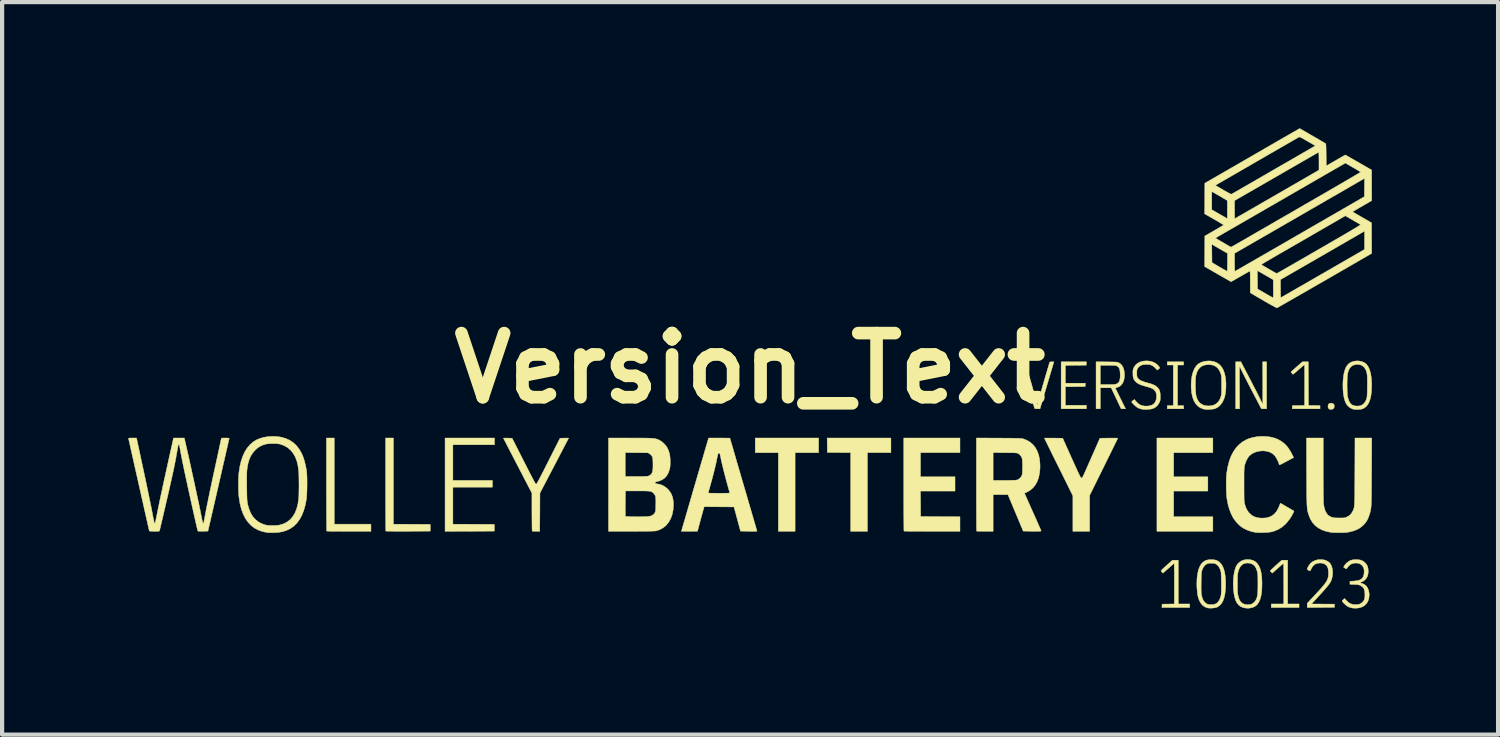
<source format=kicad_pcb>
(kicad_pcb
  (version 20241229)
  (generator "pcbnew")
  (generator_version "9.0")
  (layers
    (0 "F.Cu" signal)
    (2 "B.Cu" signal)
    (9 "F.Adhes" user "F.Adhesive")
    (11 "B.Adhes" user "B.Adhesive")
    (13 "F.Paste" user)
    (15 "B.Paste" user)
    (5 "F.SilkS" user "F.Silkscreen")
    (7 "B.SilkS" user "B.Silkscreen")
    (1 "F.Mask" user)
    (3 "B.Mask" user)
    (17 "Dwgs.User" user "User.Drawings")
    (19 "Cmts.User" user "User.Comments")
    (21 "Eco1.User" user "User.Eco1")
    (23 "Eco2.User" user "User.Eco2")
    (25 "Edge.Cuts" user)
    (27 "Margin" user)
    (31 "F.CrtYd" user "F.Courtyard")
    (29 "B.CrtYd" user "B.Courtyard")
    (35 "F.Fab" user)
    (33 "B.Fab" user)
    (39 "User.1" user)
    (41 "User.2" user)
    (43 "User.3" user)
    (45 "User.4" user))
  (footprint "Version_Text"
    (layer "F.Cu")
    (at 14.778 5.704)
    (property "Reference" "Version_Text" (at 0 0 0) (layer "F.SilkS") (effects (font (size 1.524 1.524) (thickness 0.3))))
    (attr through_hole)
    (fp_poly (pts (xy 1.634 2.007) (xy 1.075 2.007) (xy 1.075 3.878) (xy 0.677 3.878) (xy 0.677 2.007) (xy 0.127 2.007) (xy 0.127 1.659) (xy 1.634 1.659) (xy 1.634 2.007)) (stroke (width 0.01) (type solid)) (fill yes) (layer "F.SilkS"))
    (fp_poly (pts (xy 3.353 2.007) (xy 2.794 2.007) (xy 2.794 3.878) (xy 2.396 3.878) (xy 2.396 2.007) (xy 2.119 2.005) (xy 1.841 2.002) (xy 1.837 1.659) (xy 3.353 1.659) (xy 3.353 2.007)) (stroke (width 0.01) (type solid)) (fill yes) (layer "F.SilkS"))
    (fp_poly (pts (xy 10.312 -0.076) (xy 10.168 -0.076) (xy 10.168 0.889) (xy 10.312 0.889) (xy 10.312 0.965) (xy 9.923 0.965) (xy 9.923 0.889) (xy 10.067 0.889) (xy 10.067 -0.076) (xy 9.923 -0.076) (xy 9.923 -0.152) (xy 10.312 -0.152) (xy 10.312 -0.076)) (stroke (width 0.01) (type solid)) (fill yes) (layer "F.SilkS"))
    (fp_poly (pts (xy 11.007 2.007) (xy 10.075 2.007) (xy 10.075 2.582) (xy 10.888 2.582) (xy 10.888 2.921) (xy 10.075 2.921) (xy 10.075 3.531) (xy 11.007 3.531) (xy 11.007 3.878) (xy 9.677 3.878) (xy 9.677 1.659) (xy 11.007 1.659) (xy 11.007 2.007)) (stroke (width 0.01) (type solid)) (fill yes) (layer "F.SilkS"))
    (fp_poly (pts (xy -6.071 1.82) (xy -7.061 1.82) (xy -7.061 2.667) (xy -6.121 2.667) (xy -6.121 2.828) (xy -7.061 2.828) (xy -7.061 3.708) (xy -6.568 3.71) (xy -6.075 3.713) (xy -6.075 3.873) (xy -6.661 3.876) (xy -7.247 3.878) (xy -7.247 1.659) (xy -6.071 1.659) (xy -6.071 1.82)) (stroke (width 0.01) (type solid)) (fill yes) (layer "F.SilkS"))
    (fp_poly (pts (xy 7.999 -0.112) (xy 7.997 -0.072) (xy 7.749 -0.07) (xy 7.501 -0.067) (xy 7.501 0.356) (xy 7.977 0.356) (xy 7.974 0.396) (xy 7.971 0.436) (xy 7.736 0.438) (xy 7.501 0.441) (xy 7.501 0.881) (xy 8.001 0.881) (xy 8.001 0.965) (xy 7.4 0.965) (xy 7.4 -0.152) (xy 8.002 -0.152) (xy 7.999 -0.112)) (stroke (width 0.01) (type solid)) (fill yes) (layer "F.SilkS"))
    (fp_poly (pts (xy 13.859 0.839) (xy 13.871 0.847) (xy 13.887 0.863) (xy 13.893 0.883) (xy 13.894 0.901) (xy 13.888 0.938) (xy 13.871 0.963) (xy 13.842 0.976) (xy 13.83 0.978) (xy 13.803 0.979) (xy 13.78 0.975) (xy 13.777 0.974) (xy 13.758 0.957) (xy 13.746 0.931) (xy 13.744 0.9) (xy 13.75 0.87) (xy 13.765 0.847) (xy 13.767 0.845) (xy 13.794 0.832) (xy 13.827 0.831) (xy 13.859 0.839)) (stroke (width 0.01) (type solid)) (fill yes) (layer "F.SilkS"))
    (fp_poly (pts (xy -9.881 3.708) (xy -9.009 3.708) (xy -9.009 3.878) (xy -9.532 3.878) (xy -9.625 3.878) (xy -9.712 3.877) (xy -9.793 3.877) (xy -9.866 3.876) (xy -9.93 3.876) (xy -9.983 3.875) (xy -10.023 3.874) (xy -10.05 3.873) (xy -10.061 3.872) (xy -10.061 3.872) (xy -10.062 3.863) (xy -10.063 3.838) (xy -10.063 3.798) (xy -10.064 3.744) (xy -10.064 3.678) (xy -10.065 3.599) (xy -10.065 3.509) (xy -10.066 3.41) (xy -10.066 3.301) (xy -10.066 3.185) (xy -10.067 3.062) (xy -10.067 2.932) (xy -10.067 2.798) (xy -10.067 2.763) (xy -10.067 1.659) (xy -9.881 1.659) (xy -9.881 3.708)) (stroke (width 0.01) (type solid)) (fill yes) (layer "F.SilkS"))
    (fp_poly (pts (xy -8.475 3.708) (xy -8.037 3.71) (xy -7.599 3.713) (xy -7.599 3.873) (xy -8.124 3.876) (xy -8.217 3.876) (xy -8.305 3.876) (xy -8.386 3.876) (xy -8.46 3.876) (xy -8.523 3.875) (xy -8.576 3.875) (xy -8.617 3.874) (xy -8.644 3.873) (xy -8.655 3.872) (xy -8.656 3.872) (xy -8.656 3.863) (xy -8.657 3.838) (xy -8.658 3.798) (xy -8.658 3.745) (xy -8.659 3.678) (xy -8.659 3.599) (xy -8.66 3.509) (xy -8.66 3.41) (xy -8.661 3.301) (xy -8.661 3.185) (xy -8.661 3.062) (xy -8.661 2.932) (xy -8.661 2.798) (xy -8.661 2.763) (xy -8.661 1.659) (xy -8.475 1.659) (xy -8.475 3.708)) (stroke (width 0.01) (type solid)) (fill yes) (layer "F.SilkS"))
    (fp_poly (pts (xy 13.278 0.366) (xy 13.28 0.885) (xy 13.418 0.887) (xy 13.555 0.889) (xy 13.555 0.965) (xy 12.895 0.965) (xy 12.895 0.889) (xy 13.041 0.887) (xy 13.187 0.885) (xy 13.189 0.399) (xy 13.189 0.289) (xy 13.189 0.191) (xy 13.189 0.108) (xy 13.188 0.039) (xy 13.188 -0.015) (xy 13.186 -0.054) (xy 13.185 -0.077) (xy 13.183 -0.083) (xy 13.174 -0.077) (xy 13.155 -0.061) (xy 13.128 -0.038) (xy 13.093 -0.008) (xy 13.055 0.026) (xy 13.048 0.032) (xy 13.009 0.066) (xy 12.974 0.096) (xy 12.945 0.12) (xy 12.924 0.137) (xy 12.914 0.144) (xy 12.913 0.144) (xy 12.903 0.138) (xy 12.889 0.122) (xy 12.884 0.116) (xy 12.863 0.089) (xy 12.999 -0.032) (xy 13.135 -0.152) (xy 13.276 -0.152) (xy 13.278 0.366)) (stroke (width 0.01) (type solid)) (fill yes) (layer "F.SilkS"))
    (fp_poly (pts (xy 4.995 2.007) (xy 4.056 2.007) (xy 4.056 2.582) (xy 4.877 2.582) (xy 4.877 2.921) (xy 4.055 2.921) (xy 4.058 3.224) (xy 4.06 3.526) (xy 4.528 3.529) (xy 4.995 3.531) (xy 4.995 3.878) (xy 4.332 3.878) (xy 4.228 3.878) (xy 4.128 3.877) (xy 4.035 3.877) (xy 3.949 3.877) (xy 3.872 3.876) (xy 3.805 3.876) (xy 3.749 3.875) (xy 3.707 3.874) (xy 3.678 3.873) (xy 3.664 3.872) (xy 3.663 3.872) (xy 3.663 3.863) (xy 3.662 3.838) (xy 3.661 3.798) (xy 3.661 3.744) (xy 3.66 3.678) (xy 3.66 3.599) (xy 3.659 3.509) (xy 3.659 3.41) (xy 3.658 3.301) (xy 3.658 3.185) (xy 3.658 3.062) (xy 3.658 2.932) (xy 3.658 2.798) (xy 3.658 2.763) (xy 3.658 1.659) (xy 4.995 1.659) (xy 4.995 2.007)) (stroke (width 0.01) (type solid)) (fill yes) (layer "F.SilkS"))
    (fp_poly (pts (xy 12.785 5.605) (xy 13.056 5.605) (xy 13.056 5.69) (xy 12.395 5.69) (xy 12.395 5.605) (xy 12.692 5.605) (xy 12.692 5.122) (xy 12.691 5.034) (xy 12.691 4.95) (xy 12.691 4.874) (xy 12.69 4.805) (xy 12.69 4.747) (xy 12.689 4.699) (xy 12.688 4.665) (xy 12.687 4.645) (xy 12.686 4.64) (xy 12.679 4.645) (xy 12.66 4.66) (xy 12.634 4.682) (xy 12.603 4.71) (xy 12.584 4.727) (xy 12.547 4.759) (xy 12.511 4.791) (xy 12.481 4.817) (xy 12.459 4.837) (xy 12.453 4.842) (xy 12.42 4.871) (xy 12.395 4.847) (xy 12.379 4.83) (xy 12.37 4.819) (xy 12.37 4.817) (xy 12.376 4.809) (xy 12.393 4.793) (xy 12.419 4.768) (xy 12.452 4.738) (xy 12.49 4.703) (xy 12.507 4.687) (xy 12.645 4.564) (xy 12.715 4.564) (xy 12.785 4.564) (xy 12.785 5.605)) (stroke (width 0.01) (type solid)) (fill yes) (layer "F.SilkS"))
    (fp_poly (pts (xy 10.185 5.605) (xy 10.456 5.605) (xy 10.456 5.69) (xy 9.795 5.69) (xy 9.798 5.649) (xy 9.8 5.609) (xy 9.946 5.607) (xy 10.092 5.605) (xy 10.092 5.122) (xy 10.092 5.034) (xy 10.092 4.95) (xy 10.092 4.874) (xy 10.091 4.805) (xy 10.09 4.747) (xy 10.09 4.699) (xy 10.089 4.665) (xy 10.088 4.645) (xy 10.087 4.64) (xy 10.083 4.642) (xy 10.074 4.649) (xy 10.059 4.662) (xy 10.036 4.682) (xy 10.005 4.709) (xy 9.964 4.745) (xy 9.913 4.79) (xy 9.851 4.845) (xy 9.84 4.855) (xy 9.82 4.873) (xy 9.794 4.844) (xy 9.786 4.835) (xy 9.779 4.828) (xy 9.776 4.821) (xy 9.777 4.813) (xy 9.784 4.803) (xy 9.798 4.788) (xy 9.82 4.767) (xy 9.851 4.738) (xy 9.893 4.701) (xy 9.923 4.674) (xy 10.046 4.564) (xy 10.116 4.564) (xy 10.185 4.564) (xy 10.185 5.605)) (stroke (width 0.01) (type solid)) (fill yes) (layer "F.SilkS"))
    (fp_poly (pts (xy 11.88 0.243) (xy 11.922 0.323) (xy 11.962 0.402) (xy 12.001 0.478) (xy 12.038 0.548) (xy 12.07 0.612) (xy 12.098 0.667) (xy 12.12 0.711) (xy 12.135 0.743) (xy 12.137 0.747) (xy 12.156 0.785) (xy 12.172 0.818) (xy 12.184 0.842) (xy 12.191 0.854) (xy 12.192 0.855) (xy 12.193 0.847) (xy 12.193 0.823) (xy 12.194 0.785) (xy 12.194 0.735) (xy 12.194 0.674) (xy 12.194 0.603) (xy 12.194 0.524) (xy 12.194 0.439) (xy 12.194 0.351) (xy 12.191 -0.152) (xy 12.285 -0.152) (xy 12.285 0.965) (xy 12.161 0.965) (xy 11.961 0.582) (xy 11.919 0.503) (xy 11.879 0.424) (xy 11.839 0.348) (xy 11.803 0.276) (xy 11.77 0.212) (xy 11.742 0.156) (xy 11.719 0.111) (xy 11.703 0.079) (xy 11.703 0.078) (xy 11.684 0.037) (xy 11.666 0.002) (xy 11.652 -0.024) (xy 11.644 -0.04) (xy 11.642 -0.042) (xy 11.641 -0.034) (xy 11.64 -0.01) (xy 11.64 0.027) (xy 11.64 0.077) (xy 11.639 0.139) (xy 11.639 0.21) (xy 11.639 0.289) (xy 11.64 0.374) (xy 11.64 0.461) (xy 11.643 0.965) (xy 11.549 0.965) (xy 11.549 -0.152) (xy 11.674 -0.152) (xy 11.88 0.243)) (stroke (width 0.01) (type solid)) (fill yes) (layer "F.SilkS"))
    (fp_poly (pts (xy 7.062 0.406) (xy 6.897 0.965) (xy 6.835 0.965) (xy 6.797 0.964) (xy 6.775 0.96) (xy 6.769 0.955) (xy 6.766 0.944) (xy 6.758 0.918) (xy 6.746 0.88) (xy 6.732 0.83) (xy 6.714 0.771) (xy 6.694 0.704) (xy 6.672 0.631) (xy 6.649 0.553) (xy 6.625 0.472) (xy 6.601 0.39) (xy 6.576 0.309) (xy 6.553 0.23) (xy 6.531 0.154) (xy 6.51 0.084) (xy 6.491 0.021) (xy 6.475 -0.033) (xy 6.462 -0.077) (xy 6.453 -0.108) (xy 6.448 -0.126) (xy 6.447 -0.129) (xy 6.441 -0.152) (xy 6.491 -0.152) (xy 6.54 -0.152) (xy 6.653 0.231) (xy 6.677 0.314) (xy 6.701 0.396) (xy 6.723 0.476) (xy 6.744 0.55) (xy 6.763 0.617) (xy 6.778 0.674) (xy 6.79 0.719) (xy 6.796 0.741) (xy 6.807 0.785) (xy 6.817 0.824) (xy 6.825 0.853) (xy 6.831 0.871) (xy 6.833 0.875) (xy 6.836 0.869) (xy 6.843 0.849) (xy 6.853 0.818) (xy 6.864 0.777) (xy 6.877 0.729) (xy 6.879 0.722) (xy 6.892 0.671) (xy 6.909 0.607) (xy 6.931 0.53) (xy 6.956 0.439) (xy 6.987 0.335) (xy 7.021 0.215) (xy 7.061 0.081) (xy 7.105 -0.069) (xy 7.126 -0.138) (xy 7.132 -0.146) (xy 7.146 -0.151) (xy 7.172 -0.152) (xy 7.179 -0.152) (xy 7.228 -0.152) (xy 7.062 0.406)) (stroke (width 0.01) (type solid)) (fill yes) (layer "F.SilkS"))
    (fp_poly (pts (xy 13.622 4.552) (xy 13.682 4.566) (xy 13.736 4.59) (xy 13.781 4.625) (xy 13.796 4.643) (xy 13.825 4.693) (xy 13.844 4.754) (xy 13.854 4.822) (xy 13.854 4.893) (xy 13.845 4.964) (xy 13.826 5.032) (xy 13.809 5.072) (xy 13.793 5.099) (xy 13.772 5.131) (xy 13.743 5.169) (xy 13.705 5.214) (xy 13.659 5.268) (xy 13.603 5.331) (xy 13.535 5.405) (xy 13.527 5.413) (xy 13.352 5.605) (xy 13.625 5.607) (xy 13.898 5.609) (xy 13.898 5.685) (xy 13.25 5.69) (xy 13.25 5.59) (xy 13.45 5.375) (xy 13.518 5.302) (xy 13.575 5.239) (xy 13.621 5.185) (xy 13.659 5.139) (xy 13.689 5.099) (xy 13.712 5.062) (xy 13.729 5.029) (xy 13.741 4.997) (xy 13.749 4.964) (xy 13.754 4.93) (xy 13.756 4.893) (xy 13.755 4.818) (xy 13.744 4.756) (xy 13.722 4.706) (xy 13.689 4.67) (xy 13.645 4.645) (xy 13.59 4.633) (xy 13.555 4.631) (xy 13.495 4.637) (xy 13.445 4.655) (xy 13.403 4.687) (xy 13.392 4.699) (xy 13.37 4.727) (xy 13.352 4.757) (xy 13.343 4.775) (xy 13.334 4.798) (xy 13.325 4.812) (xy 13.322 4.814) (xy 13.307 4.814) (xy 13.286 4.807) (xy 13.266 4.796) (xy 13.252 4.784) (xy 13.25 4.779) (xy 13.255 4.758) (xy 13.268 4.73) (xy 13.286 4.697) (xy 13.307 4.666) (xy 13.327 4.64) (xy 13.329 4.638) (xy 13.377 4.6) (xy 13.433 4.572) (xy 13.494 4.555) (xy 13.558 4.548) (xy 13.622 4.552)) (stroke (width 0.01) (type solid)) (fill yes) (layer "F.SilkS"))
    (fp_poly (pts (xy 8.482 -0.151) (xy 8.554 -0.15) (xy 8.611 -0.149) (xy 8.655 -0.148) (xy 8.689 -0.147) (xy 8.714 -0.145) (xy 8.732 -0.143) (xy 8.747 -0.139) (xy 8.759 -0.135) (xy 8.77 -0.129) (xy 8.776 -0.127) (xy 8.821 -0.095) (xy 8.856 -0.053) (xy 8.881 0.000486) (xy 8.898 0.067) (xy 8.904 0.127) (xy 8.904 0.209) (xy 8.892 0.281) (xy 8.869 0.343) (xy 8.835 0.393) (xy 8.792 0.431) (xy 8.739 0.455) (xy 8.732 0.457) (xy 8.708 0.464) (xy 8.692 0.469) (xy 8.688 0.47) (xy 8.691 0.478) (xy 8.701 0.499) (xy 8.717 0.532) (xy 8.737 0.574) (xy 8.762 0.624) (xy 8.79 0.681) (xy 8.809 0.719) (xy 8.932 0.965) (xy 8.826 0.965) (xy 8.708 0.715) (xy 8.59 0.466) (xy 8.331 0.466) (xy 8.331 0.965) (xy 8.23 0.965) (xy 8.23 -0.068) (xy 8.331 -0.068) (xy 8.331 0.389) (xy 8.498 0.389) (xy 8.552 0.389) (xy 8.602 0.388) (xy 8.645 0.386) (xy 8.677 0.383) (xy 8.697 0.381) (xy 8.697 0.381) (xy 8.735 0.365) (xy 8.764 0.341) (xy 8.785 0.308) (xy 8.798 0.262) (xy 8.804 0.204) (xy 8.804 0.137) (xy 8.8 0.077) (xy 8.792 0.032) (xy 8.78 -0.002) (xy 8.762 -0.028) (xy 8.737 -0.046) (xy 8.729 -0.051) (xy 8.717 -0.056) (xy 8.703 -0.061) (xy 8.686 -0.064) (xy 8.662 -0.066) (xy 8.63 -0.067) (xy 8.586 -0.068) (xy 8.528 -0.068) (xy 8.514 -0.068) (xy 8.331 -0.068) (xy 8.23 -0.068) (xy 8.23 -0.153) (xy 8.482 -0.151)) (stroke (width 0.01) (type solid)) (fill yes) (layer "F.SilkS"))
    (fp_poly (pts (xy 7.167 1.661) (xy 7.219 1.661) (xy 7.437 1.664) (xy 7.649 2.136) (xy 7.693 2.233) (xy 7.73 2.316) (xy 7.762 2.385) (xy 7.788 2.443) (xy 7.81 2.49) (xy 7.828 2.527) (xy 7.842 2.555) (xy 7.853 2.576) (xy 7.862 2.59) (xy 7.869 2.6) (xy 7.874 2.605) (xy 7.879 2.607) (xy 7.884 2.608) (xy 7.888 2.608) (xy 7.891 2.609) (xy 7.894 2.608) (xy 7.898 2.606) (xy 7.902 2.601) (xy 7.908 2.593) (xy 7.915 2.579) (xy 7.924 2.561) (xy 7.937 2.535) (xy 7.952 2.502) (xy 7.971 2.46) (xy 7.994 2.409) (xy 8.021 2.347) (xy 8.053 2.274) (xy 8.091 2.189) (xy 8.134 2.09) (xy 8.184 1.977) (xy 8.195 1.952) (xy 8.322 1.664) (xy 8.534 1.661) (xy 8.592 1.661) (xy 8.644 1.661) (xy 8.687 1.661) (xy 8.72 1.662) (xy 8.741 1.663) (xy 8.746 1.664) (xy 8.742 1.673) (xy 8.732 1.695) (xy 8.715 1.73) (xy 8.692 1.777) (xy 8.663 1.836) (xy 8.63 1.903) (xy 8.593 1.98) (xy 8.551 2.064) (xy 8.507 2.154) (xy 8.459 2.25) (xy 8.412 2.347) (xy 8.077 3.024) (xy 8.077 3.878) (xy 7.679 3.878) (xy 7.679 3.034) (xy 7.341 2.35) (xy 7.291 2.25) (xy 7.243 2.154) (xy 7.198 2.063) (xy 7.157 1.979) (xy 7.119 1.902) (xy 7.086 1.835) (xy 7.057 1.776) (xy 7.034 1.729) (xy 7.017 1.694) (xy 7.006 1.671) (xy 7.002 1.663) (xy 7.002 1.663) (xy 7.01 1.662) (xy 7.033 1.661) (xy 7.068 1.661) (xy 7.114 1.661) (xy 7.167 1.661)) (stroke (width 0.01) (type solid)) (fill yes) (layer "F.SilkS"))
    (fp_poly (pts (xy -4.318 1.661) (xy -4.31 1.662) (xy -4.31 1.662) (xy -4.313 1.67) (xy -4.324 1.691) (xy -4.342 1.726) (xy -4.366 1.772) (xy -4.396 1.829) (xy -4.431 1.896) (xy -4.47 1.971) (xy -4.513 2.053) (xy -4.559 2.142) (xy -4.608 2.236) (xy -4.65 2.316) (xy -4.991 2.968) (xy -4.993 3.423) (xy -4.996 3.878) (xy -5.083 3.878) (xy -5.12 3.877) (xy -5.15 3.876) (xy -5.17 3.874) (xy -5.176 3.872) (xy -5.177 3.863) (xy -5.178 3.838) (xy -5.179 3.8) (xy -5.18 3.749) (xy -5.18 3.688) (xy -5.181 3.618) (xy -5.181 3.54) (xy -5.182 3.457) (xy -5.182 3.418) (xy -5.182 2.97) (xy -5.52 2.319) (xy -5.571 2.221) (xy -5.619 2.128) (xy -5.665 2.04) (xy -5.707 1.959) (xy -5.745 1.885) (xy -5.779 1.82) (xy -5.807 1.765) (xy -5.83 1.721) (xy -5.847 1.688) (xy -5.856 1.669) (xy -5.859 1.663) (xy -5.851 1.662) (xy -5.829 1.661) (xy -5.797 1.661) (xy -5.758 1.661) (xy -5.756 1.661) (xy -5.653 1.664) (xy -5.376 2.21) (xy -5.32 2.32) (xy -5.271 2.416) (xy -5.229 2.499) (xy -5.193 2.568) (xy -5.163 2.625) (xy -5.138 2.671) (xy -5.119 2.707) (xy -5.104 2.732) (xy -5.093 2.749) (xy -5.086 2.757) (xy -5.083 2.758) (xy -5.079 2.756) (xy -5.073 2.75) (xy -5.065 2.738) (xy -5.053 2.719) (xy -5.038 2.693) (xy -5.019 2.657) (xy -4.995 2.613) (xy -4.967 2.558) (xy -4.933 2.492) (xy -4.892 2.413) (xy -4.846 2.321) (xy -4.792 2.215) (xy -4.791 2.212) (xy -4.514 1.664) (xy -4.412 1.661) (xy -4.373 1.661) (xy -4.34 1.661) (xy -4.318 1.661)) (stroke (width 0.01) (type solid)) (fill yes) (layer "F.SilkS"))
    (fp_poly (pts (xy 10.971 -0.17) (xy 11.048 -0.152) (xy 11.115 -0.122) (xy 11.173 -0.078) (xy 11.22 -0.022) (xy 11.259 0.049) (xy 11.288 0.133) (xy 11.308 0.231) (xy 11.311 0.257) (xy 11.318 0.342) (xy 11.319 0.433) (xy 11.314 0.525) (xy 11.303 0.61) (xy 11.29 0.673) (xy 11.264 0.749) (xy 11.228 0.818) (xy 11.183 0.877) (xy 11.131 0.923) (xy 11.073 0.955) (xy 11.068 0.957) (xy 11.027 0.969) (xy 10.975 0.976) (xy 10.918 0.98) (xy 10.861 0.98) (xy 10.809 0.975) (xy 10.778 0.969) (xy 10.709 0.941) (xy 10.649 0.9) (xy 10.598 0.844) (xy 10.557 0.775) (xy 10.526 0.692) (xy 10.504 0.597) (xy 10.493 0.488) (xy 10.49 0.406) (xy 10.491 0.397) (xy 10.592 0.397) (xy 10.593 0.464) (xy 10.596 0.529) (xy 10.6 0.588) (xy 10.606 0.639) (xy 10.613 0.677) (xy 10.616 0.686) (xy 10.643 0.753) (xy 10.679 0.806) (xy 10.725 0.846) (xy 10.783 0.877) (xy 10.798 0.882) (xy 10.847 0.893) (xy 10.905 0.897) (xy 10.964 0.892) (xy 11.018 0.88) (xy 11.041 0.871) (xy 11.093 0.84) (xy 11.135 0.8) (xy 11.169 0.748) (xy 11.196 0.682) (xy 11.199 0.673) (xy 11.203 0.655) (xy 11.207 0.635) (xy 11.21 0.611) (xy 11.212 0.581) (xy 11.213 0.541) (xy 11.214 0.49) (xy 11.214 0.426) (xy 11.214 0.406) (xy 11.214 0.339) (xy 11.214 0.286) (xy 11.213 0.245) (xy 11.211 0.214) (xy 11.209 0.189) (xy 11.205 0.168) (xy 11.201 0.149) (xy 11.195 0.131) (xy 11.167 0.06) (xy 11.129 0.004) (xy 11.083 -0.038) (xy 11.026 -0.067) (xy 10.96 -0.083) (xy 10.905 -0.086) (xy 10.83 -0.079) (xy 10.766 -0.06) (xy 10.712 -0.027) (xy 10.668 0.019) (xy 10.634 0.079) (xy 10.61 0.153) (xy 10.604 0.176) (xy 10.598 0.218) (xy 10.594 0.27) (xy 10.592 0.331) (xy 10.592 0.397) (xy 10.491 0.397) (xy 10.495 0.29) (xy 10.51 0.186) (xy 10.535 0.092) (xy 10.569 0.012) (xy 10.612 -0.055) (xy 10.621 -0.065) (xy 10.665 -0.105) (xy 10.722 -0.136) (xy 10.787 -0.159) (xy 10.858 -0.171) (xy 10.932 -0.173) (xy 10.971 -0.17)) (stroke (width 0.01) (type solid)) (fill yes) (layer "F.SilkS"))
    (fp_poly (pts (xy 14.48 -0.172) (xy 14.543 -0.16) (xy 14.6 -0.138) (xy 14.647 -0.105) (xy 14.663 -0.089) (xy 14.703 -0.032) (xy 14.734 0.039) (xy 14.758 0.126) (xy 14.774 0.226) (xy 14.782 0.342) (xy 14.783 0.406) (xy 14.779 0.528) (xy 14.768 0.634) (xy 14.749 0.726) (xy 14.723 0.803) (xy 14.689 0.866) (xy 14.647 0.915) (xy 14.597 0.951) (xy 14.59 0.954) (xy 14.565 0.965) (xy 14.542 0.972) (xy 14.516 0.977) (xy 14.481 0.979) (xy 14.453 0.98) (xy 14.402 0.98) (xy 14.364 0.977) (xy 14.335 0.971) (xy 14.326 0.969) (xy 14.269 0.94) (xy 14.219 0.9) (xy 14.204 0.883) (xy 14.172 0.835) (xy 14.146 0.772) (xy 14.125 0.695) (xy 14.11 0.607) (xy 14.101 0.509) (xy 14.099 0.402) (xy 14.099 0.399) (xy 14.198 0.399) (xy 14.199 0.466) (xy 14.2 0.53) (xy 14.202 0.588) (xy 14.205 0.636) (xy 14.21 0.672) (xy 14.211 0.679) (xy 14.232 0.753) (xy 14.259 0.811) (xy 14.294 0.854) (xy 14.328 0.878) (xy 14.378 0.895) (xy 14.434 0.901) (xy 14.491 0.896) (xy 14.541 0.881) (xy 14.584 0.854) (xy 14.621 0.812) (xy 14.649 0.76) (xy 14.657 0.739) (xy 14.663 0.721) (xy 14.667 0.704) (xy 14.671 0.684) (xy 14.673 0.66) (xy 14.675 0.63) (xy 14.677 0.591) (xy 14.678 0.54) (xy 14.679 0.477) (xy 14.679 0.437) (xy 14.68 0.352) (xy 14.68 0.282) (xy 14.679 0.225) (xy 14.676 0.178) (xy 14.672 0.139) (xy 14.667 0.107) (xy 14.659 0.079) (xy 14.649 0.052) (xy 14.644 0.039) (xy 14.612 -0.014) (xy 14.57 -0.054) (xy 14.519 -0.08) (xy 14.461 -0.091) (xy 14.417 -0.09) (xy 14.358 -0.077) (xy 14.308 -0.051) (xy 14.269 -0.012) (xy 14.238 0.041) (xy 14.216 0.108) (xy 14.211 0.133) (xy 14.206 0.166) (xy 14.203 0.213) (xy 14.2 0.269) (xy 14.199 0.332) (xy 14.198 0.399) (xy 14.099 0.399) (xy 14.1 0.334) (xy 14.109 0.222) (xy 14.124 0.125) (xy 14.146 0.043) (xy 14.174 -0.025) (xy 14.21 -0.079) (xy 14.254 -0.12) (xy 14.286 -0.139) (xy 14.348 -0.162) (xy 14.414 -0.173) (xy 14.48 -0.172)) (stroke (width 0.01) (type solid)) (fill yes) (layer "F.SilkS"))
    (fp_poly (pts (xy 11.9 4.553) (xy 11.908 4.555) (xy 11.961 4.569) (xy 12.003 4.59) (xy 12.04 4.619) (xy 12.054 4.634) (xy 12.091 4.682) (xy 12.12 4.739) (xy 12.143 4.807) (xy 12.159 4.887) (xy 12.17 4.98) (xy 12.175 5.088) (xy 12.175 5.131) (xy 12.172 5.242) (xy 12.164 5.338) (xy 12.15 5.422) (xy 12.13 5.493) (xy 12.103 5.555) (xy 12.069 5.608) (xy 12.068 5.61) (xy 12.029 5.649) (xy 11.978 5.678) (xy 11.918 5.697) (xy 11.854 5.706) (xy 11.787 5.703) (xy 11.721 5.689) (xy 11.667 5.665) (xy 11.621 5.63) (xy 11.583 5.583) (xy 11.551 5.523) (xy 11.527 5.449) (xy 11.509 5.361) (xy 11.497 5.258) (xy 11.497 5.248) (xy 11.492 5.144) (xy 11.492 5.123) (xy 11.591 5.123) (xy 11.592 5.186) (xy 11.592 5.245) (xy 11.594 5.299) (xy 11.596 5.342) (xy 11.599 5.372) (xy 11.6 5.375) (xy 11.617 5.452) (xy 11.642 5.514) (xy 11.676 5.562) (xy 11.718 5.595) (xy 11.768 5.615) (xy 11.827 5.622) (xy 11.863 5.62) (xy 11.896 5.617) (xy 11.915 5.613) (xy 11.952 5.595) (xy 11.988 5.566) (xy 12.019 5.529) (xy 12.036 5.499) (xy 12.048 5.471) (xy 12.057 5.443) (xy 12.064 5.413) (xy 12.07 5.38) (xy 12.073 5.34) (xy 12.076 5.291) (xy 12.077 5.231) (xy 12.078 5.157) (xy 12.078 5.122) (xy 12.077 5.05) (xy 12.077 4.992) (xy 12.076 4.947) (xy 12.074 4.911) (xy 12.072 4.883) (xy 12.068 4.86) (xy 12.064 4.84) (xy 12.062 4.834) (xy 12.043 4.773) (xy 12.019 4.726) (xy 11.991 4.69) (xy 11.956 4.663) (xy 11.934 4.651) (xy 11.884 4.636) (xy 11.828 4.631) (xy 11.771 4.638) (xy 11.757 4.642) (xy 11.712 4.664) (xy 11.672 4.701) (xy 11.64 4.751) (xy 11.615 4.813) (xy 11.6 4.879) (xy 11.597 4.907) (xy 11.594 4.949) (xy 11.593 5.001) (xy 11.592 5.06) (xy 11.591 5.123) (xy 11.492 5.123) (xy 11.494 5.042) (xy 11.502 4.944) (xy 11.516 4.855) (xy 11.536 4.776) (xy 11.557 4.718) (xy 11.591 4.66) (xy 11.638 4.613) (xy 11.693 4.578) (xy 11.757 4.556) (xy 11.827 4.547) (xy 11.9 4.553)) (stroke (width 0.01) (type solid)) (fill yes) (layer "F.SilkS"))
    (fp_poly (pts (xy 11.002 4.552) (xy 11.054 4.558) (xy 11.089 4.566) (xy 11.144 4.594) (xy 11.192 4.638) (xy 11.232 4.696) (xy 11.264 4.768) (xy 11.288 4.856) (xy 11.303 4.958) (xy 11.311 5.074) (xy 11.311 5.127) (xy 11.307 5.249) (xy 11.296 5.357) (xy 11.276 5.449) (xy 11.249 5.528) (xy 11.213 5.591) (xy 11.17 5.64) (xy 11.119 5.675) (xy 11.106 5.681) (xy 11.069 5.692) (xy 11.023 5.7) (xy 10.972 5.704) (xy 10.923 5.704) (xy 10.882 5.699) (xy 10.877 5.698) (xy 10.816 5.674) (xy 10.762 5.635) (xy 10.718 5.583) (xy 10.682 5.516) (xy 10.656 5.438) (xy 10.646 5.391) (xy 10.638 5.332) (xy 10.632 5.264) (xy 10.63 5.23) (xy 10.728 5.23) (xy 10.729 5.278) (xy 10.73 5.317) (xy 10.732 5.348) (xy 10.735 5.375) (xy 10.739 5.399) (xy 10.74 5.404) (xy 10.76 5.477) (xy 10.789 5.534) (xy 10.826 5.577) (xy 10.871 5.606) (xy 10.882 5.611) (xy 10.913 5.618) (xy 10.954 5.621) (xy 10.997 5.62) (xy 11.036 5.615) (xy 11.05 5.612) (xy 11.096 5.59) (xy 11.135 5.553) (xy 11.167 5.503) (xy 11.191 5.44) (xy 11.202 5.392) (xy 11.205 5.361) (xy 11.207 5.313) (xy 11.209 5.25) (xy 11.209 5.171) (xy 11.208 5.092) (xy 11.207 5.02) (xy 11.206 4.963) (xy 11.204 4.919) (xy 11.203 4.884) (xy 11.201 4.858) (xy 11.198 4.838) (xy 11.194 4.821) (xy 11.189 4.805) (xy 11.186 4.796) (xy 11.162 4.742) (xy 11.136 4.702) (xy 11.104 4.672) (xy 11.085 4.659) (xy 11.064 4.648) (xy 11.044 4.64) (xy 11.02 4.637) (xy 10.988 4.636) (xy 10.969 4.636) (xy 10.93 4.636) (xy 10.903 4.639) (xy 10.882 4.644) (xy 10.862 4.653) (xy 10.854 4.658) (xy 10.812 4.691) (xy 10.779 4.736) (xy 10.753 4.795) (xy 10.75 4.802) (xy 10.745 4.819) (xy 10.741 4.837) (xy 10.738 4.858) (xy 10.735 4.884) (xy 10.733 4.917) (xy 10.732 4.96) (xy 10.73 5.015) (xy 10.729 5.084) (xy 10.729 5.095) (xy 10.728 5.17) (xy 10.728 5.23) (xy 10.63 5.23) (xy 10.627 5.195) (xy 10.626 5.127) (xy 10.626 5.124) (xy 10.63 5.002) (xy 10.643 4.894) (xy 10.663 4.801) (xy 10.692 4.723) (xy 10.728 4.659) (xy 10.773 4.61) (xy 10.825 4.576) (xy 10.849 4.566) (xy 10.893 4.556) (xy 10.946 4.551) (xy 11.002 4.552)) (stroke (width 0.01) (type solid)) (fill yes) (layer "F.SilkS"))
    (fp_poly (pts (xy 14.443 4.551) (xy 14.498 4.557) (xy 14.537 4.567) (xy 14.585 4.591) (xy 14.629 4.628) (xy 14.665 4.673) (xy 14.686 4.716) (xy 14.698 4.772) (xy 14.701 4.834) (xy 14.696 4.895) (xy 14.682 4.946) (xy 14.657 4.992) (xy 14.622 5.032) (xy 14.58 5.064) (xy 14.542 5.081) (xy 14.519 5.088) (xy 14.505 5.095) (xy 14.503 5.097) (xy 14.511 5.101) (xy 14.53 5.109) (xy 14.555 5.116) (xy 14.609 5.141) (xy 14.654 5.178) (xy 14.688 5.228) (xy 14.711 5.288) (xy 14.723 5.358) (xy 14.724 5.388) (xy 14.717 5.466) (xy 14.696 5.535) (xy 14.662 5.592) (xy 14.617 5.639) (xy 14.56 5.674) (xy 14.492 5.696) (xy 14.414 5.706) (xy 14.394 5.706) (xy 14.356 5.704) (xy 14.319 5.7) (xy 14.292 5.694) (xy 14.26 5.684) (xy 14.225 5.669) (xy 14.216 5.664) (xy 14.193 5.65) (xy 14.167 5.629) (xy 14.139 5.604) (xy 14.113 5.579) (xy 14.093 5.556) (xy 14.082 5.539) (xy 14.08 5.534) (xy 14.086 5.522) (xy 14.102 5.506) (xy 14.11 5.499) (xy 14.141 5.476) (xy 14.183 5.524) (xy 14.23 5.568) (xy 14.278 5.598) (xy 14.333 5.615) (xy 14.379 5.62) (xy 14.436 5.62) (xy 14.483 5.613) (xy 14.522 5.596) (xy 14.558 5.569) (xy 14.563 5.563) (xy 14.587 5.537) (xy 14.604 5.511) (xy 14.614 5.48) (xy 14.62 5.441) (xy 14.622 5.39) (xy 14.622 5.376) (xy 14.618 5.314) (xy 14.608 5.265) (xy 14.589 5.226) (xy 14.56 5.195) (xy 14.52 5.168) (xy 14.516 5.166) (xy 14.496 5.157) (xy 14.475 5.15) (xy 14.451 5.146) (xy 14.418 5.143) (xy 14.373 5.141) (xy 14.37 5.141) (xy 14.266 5.137) (xy 14.266 5.066) (xy 14.361 5.06) (xy 14.433 5.052) (xy 14.49 5.038) (xy 14.534 5.016) (xy 14.566 4.986) (xy 14.588 4.945) (xy 14.6 4.894) (xy 14.603 4.86) (xy 14.603 4.802) (xy 14.595 4.756) (xy 14.578 4.719) (xy 14.551 4.685) (xy 14.514 4.656) (xy 14.471 4.638) (xy 14.419 4.632) (xy 14.406 4.631) (xy 14.344 4.638) (xy 14.291 4.658) (xy 14.245 4.692) (xy 14.219 4.722) (xy 14.203 4.744) (xy 14.191 4.761) (xy 14.188 4.768) (xy 14.18 4.77) (xy 14.159 4.76) (xy 14.15 4.754) (xy 14.115 4.731) (xy 14.131 4.699) (xy 14.154 4.666) (xy 14.188 4.631) (xy 14.228 4.599) (xy 14.268 4.575) (xy 14.284 4.568) (xy 14.329 4.556) (xy 14.385 4.551) (xy 14.443 4.551)) (stroke (width 0.01) (type solid)) (fill yes) (layer "F.SilkS"))
    (fp_poly (pts (xy 13.631 2.411) (xy 13.631 2.549) (xy 13.632 2.676) (xy 13.632 2.793) (xy 13.633 2.897) (xy 13.634 2.989) (xy 13.635 3.068) (xy 13.636 3.133) (xy 13.637 3.183) (xy 13.639 3.217) (xy 13.64 3.232) (xy 13.655 3.317) (xy 13.678 3.388) (xy 13.707 3.446) (xy 13.743 3.49) (xy 13.765 3.507) (xy 13.797 3.526) (xy 13.827 3.541) (xy 13.86 3.55) (xy 13.898 3.556) (xy 13.946 3.559) (xy 14.007 3.56) (xy 14.012 3.56) (xy 14.063 3.56) (xy 14.1 3.559) (xy 14.127 3.558) (xy 14.148 3.554) (xy 14.165 3.549) (xy 14.184 3.541) (xy 14.194 3.536) (xy 14.248 3.506) (xy 14.289 3.468) (xy 14.322 3.419) (xy 14.326 3.41) (xy 14.335 3.393) (xy 14.343 3.378) (xy 14.349 3.363) (xy 14.355 3.347) (xy 14.36 3.33) (xy 14.365 3.31) (xy 14.368 3.286) (xy 14.371 3.257) (xy 14.374 3.222) (xy 14.376 3.18) (xy 14.378 3.13) (xy 14.379 3.07) (xy 14.38 3) (xy 14.381 2.918) (xy 14.381 2.824) (xy 14.382 2.716) (xy 14.382 2.593) (xy 14.383 2.457) (xy 14.386 1.659) (xy 14.784 1.659) (xy 14.781 2.462) (xy 14.78 2.602) (xy 14.78 2.727) (xy 14.779 2.836) (xy 14.779 2.933) (xy 14.778 3.017) (xy 14.777 3.09) (xy 14.775 3.152) (xy 14.774 3.206) (xy 14.771 3.252) (xy 14.769 3.292) (xy 14.765 3.325) (xy 14.761 3.355) (xy 14.757 3.381) (xy 14.751 3.405) (xy 14.745 3.429) (xy 14.738 3.452) (xy 14.73 3.477) (xy 14.722 3.501) (xy 14.697 3.568) (xy 14.669 3.624) (xy 14.635 3.674) (xy 14.592 3.723) (xy 14.584 3.73) (xy 14.518 3.787) (xy 14.44 3.833) (xy 14.35 3.868) (xy 14.247 3.894) (xy 14.194 3.903) (xy 14.159 3.906) (xy 14.111 3.909) (xy 14.055 3.91) (xy 13.996 3.91) (xy 13.937 3.909) (xy 13.882 3.908) (xy 13.837 3.905) (xy 13.813 3.902) (xy 13.702 3.879) (xy 13.603 3.845) (xy 13.517 3.799) (xy 13.442 3.742) (xy 13.38 3.673) (xy 13.329 3.592) (xy 13.29 3.499) (xy 13.29 3.497) (xy 13.282 3.472) (xy 13.274 3.449) (xy 13.268 3.426) (xy 13.262 3.404) (xy 13.257 3.38) (xy 13.253 3.353) (xy 13.25 3.323) (xy 13.247 3.288) (xy 13.244 3.247) (xy 13.242 3.199) (xy 13.241 3.143) (xy 13.239 3.078) (xy 13.238 3.002) (xy 13.237 2.914) (xy 13.237 2.814) (xy 13.236 2.7) (xy 13.236 2.571) (xy 13.235 2.466) (xy 13.233 1.659) (xy 13.631 1.659) (xy 13.631 2.411)) (stroke (width 0.01) (type solid)) (fill yes) (layer "F.SilkS"))
    (fp_poly (pts (xy 5.916 1.661) (xy 6.025 1.662) (xy 6.119 1.663) (xy 6.199 1.663) (xy 6.265 1.664) (xy 6.32 1.665) (xy 6.365 1.666) (xy 6.401 1.667) (xy 6.43 1.669) (xy 6.452 1.671) (xy 6.47 1.673) (xy 6.484 1.675) (xy 6.495 1.678) (xy 6.498 1.679) (xy 6.588 1.714) (xy 6.666 1.761) (xy 6.734 1.821) (xy 6.79 1.893) (xy 6.835 1.977) (xy 6.868 2.072) (xy 6.889 2.178) (xy 6.898 2.295) (xy 6.898 2.371) (xy 6.887 2.49) (xy 6.866 2.596) (xy 6.833 2.69) (xy 6.788 2.772) (xy 6.732 2.842) (xy 6.665 2.9) (xy 6.585 2.946) (xy 6.581 2.948) (xy 6.529 2.972) (xy 6.54 2.999) (xy 6.546 3.012) (xy 6.558 3.039) (xy 6.575 3.078) (xy 6.597 3.128) (xy 6.624 3.187) (xy 6.654 3.254) (xy 6.686 3.327) (xy 6.721 3.405) (xy 6.735 3.437) (xy 6.771 3.516) (xy 6.804 3.59) (xy 6.834 3.659) (xy 6.861 3.72) (xy 6.884 3.772) (xy 6.902 3.814) (xy 6.915 3.844) (xy 6.922 3.86) (xy 6.923 3.863) (xy 6.924 3.868) (xy 6.921 3.871) (xy 6.913 3.874) (xy 6.897 3.875) (xy 6.873 3.876) (xy 6.838 3.877) (xy 6.79 3.876) (xy 6.727 3.876) (xy 6.713 3.876) (xy 6.498 3.873) (xy 6.317 3.44) (xy 6.135 3.006) (xy 5.783 3.006) (xy 5.783 3.878) (xy 5.589 3.878) (xy 5.534 3.877) (xy 5.484 3.877) (xy 5.442 3.876) (xy 5.411 3.874) (xy 5.394 3.873) (xy 5.39 3.872) (xy 5.39 3.863) (xy 5.389 3.838) (xy 5.388 3.798) (xy 5.388 3.744) (xy 5.387 3.678) (xy 5.387 3.599) (xy 5.386 3.509) (xy 5.386 3.41) (xy 5.386 3.301) (xy 5.385 3.185) (xy 5.385 3.062) (xy 5.385 2.932) (xy 5.385 2.798) (xy 5.385 2.763) (xy 5.385 2.667) (xy 5.783 2.667) (xy 6.051 2.667) (xy 6.139 2.667) (xy 6.211 2.666) (xy 6.268 2.664) (xy 6.31 2.662) (xy 6.339 2.659) (xy 6.353 2.657) (xy 6.391 2.638) (xy 6.427 2.608) (xy 6.455 2.572) (xy 6.47 2.54) (xy 6.474 2.515) (xy 6.478 2.478) (xy 6.48 2.431) (xy 6.481 2.378) (xy 6.482 2.323) (xy 6.481 2.269) (xy 6.479 2.219) (xy 6.476 2.177) (xy 6.472 2.148) (xy 6.47 2.138) (xy 6.444 2.087) (xy 6.407 2.047) (xy 6.381 2.03) (xy 6.371 2.025) (xy 6.361 2.02) (xy 6.348 2.017) (xy 6.331 2.015) (xy 6.308 2.013) (xy 6.277 2.011) (xy 6.236 2.01) (xy 6.183 2.01) (xy 6.116 2.009) (xy 6.064 2.008) (xy 5.783 2.006) (xy 5.783 2.667) (xy 5.385 2.667) (xy 5.385 1.659) (xy 5.916 1.661)) (stroke (width 0.01) (type solid)) (fill yes) (layer "F.SilkS"))
    (fp_poly (pts (xy 9.516 -0.167) (xy 9.587 -0.146) (xy 9.65 -0.113) (xy 9.661 -0.104) (xy 9.685 -0.084) (xy 9.709 -0.059) (xy 9.729 -0.036) (xy 9.742 -0.016) (xy 9.745 -0.007) (xy 9.739 0.001) (xy 9.724 0.014) (xy 9.715 0.021) (xy 9.684 0.044) (xy 9.647 0.002) (xy 9.609 -0.034) (xy 9.566 -0.063) (xy 9.561 -0.065) (xy 9.536 -0.076) (xy 9.514 -0.083) (xy 9.489 -0.087) (xy 9.457 -0.089) (xy 9.428 -0.089) (xy 9.387 -0.088) (xy 9.357 -0.086) (xy 9.334 -0.081) (xy 9.312 -0.073) (xy 9.294 -0.065) (xy 9.261 -0.046) (xy 9.238 -0.024) (xy 9.222 -0.001) (xy 9.211 0.019) (xy 9.204 0.038) (xy 9.201 0.06) (xy 9.199 0.091) (xy 9.199 0.119) (xy 9.199 0.158) (xy 9.201 0.185) (xy 9.206 0.204) (xy 9.213 0.221) (xy 9.222 0.235) (xy 9.246 0.262) (xy 9.281 0.286) (xy 9.329 0.309) (xy 9.392 0.331) (xy 9.452 0.348) (xy 9.519 0.366) (xy 9.571 0.384) (xy 9.613 0.402) (xy 9.647 0.422) (xy 9.676 0.445) (xy 9.68 0.448) (xy 9.711 0.481) (xy 9.734 0.517) (xy 9.748 0.557) (xy 9.755 0.607) (xy 9.758 0.669) (xy 9.757 0.712) (xy 9.756 0.743) (xy 9.753 0.766) (xy 9.747 0.786) (xy 9.737 0.809) (xy 9.73 0.823) (xy 9.694 0.88) (xy 9.649 0.923) (xy 9.593 0.955) (xy 9.585 0.958) (xy 9.546 0.969) (xy 9.495 0.976) (xy 9.439 0.98) (xy 9.383 0.98) (xy 9.332 0.976) (xy 9.297 0.969) (xy 9.262 0.957) (xy 9.227 0.942) (xy 9.213 0.934) (xy 9.191 0.919) (xy 9.164 0.897) (xy 9.137 0.872) (xy 9.111 0.846) (xy 9.09 0.823) (xy 9.078 0.806) (xy 9.076 0.801) (xy 9.083 0.79) (xy 9.099 0.774) (xy 9.11 0.766) (xy 9.145 0.742) (xy 9.158 0.763) (xy 9.182 0.792) (xy 9.213 0.823) (xy 9.247 0.851) (xy 9.277 0.871) (xy 9.279 0.872) (xy 9.331 0.891) (xy 9.392 0.9) (xy 9.456 0.9) (xy 9.517 0.89) (xy 9.568 0.872) (xy 9.609 0.842) (xy 9.64 0.799) (xy 9.66 0.745) (xy 9.669 0.682) (xy 9.669 0.669) (xy 9.665 0.614) (xy 9.651 0.57) (xy 9.628 0.532) (xy 9.622 0.525) (xy 9.6 0.505) (xy 9.572 0.487) (xy 9.537 0.47) (xy 9.491 0.454) (xy 9.431 0.437) (xy 9.409 0.431) (xy 9.343 0.412) (xy 9.29 0.394) (xy 9.249 0.376) (xy 9.215 0.356) (xy 9.185 0.332) (xy 9.183 0.331) (xy 9.152 0.298) (xy 9.13 0.265) (xy 9.116 0.227) (xy 9.108 0.182) (xy 9.106 0.124) (xy 9.106 0.123) (xy 9.106 0.08) (xy 9.108 0.05) (xy 9.112 0.027) (xy 9.118 0.006) (xy 9.129 -0.016) (xy 9.13 -0.018) (xy 9.165 -0.072) (xy 9.213 -0.115) (xy 9.273 -0.147) (xy 9.346 -0.167) (xy 9.36 -0.17) (xy 9.439 -0.175) (xy 9.516 -0.167)) (stroke (width 0.01) (type solid)) (fill yes) (layer "F.SilkS"))
    (fp_poly (pts (xy 12.263 1.622) (xy 12.366 1.634) (xy 12.462 1.657) (xy 12.548 1.689) (xy 12.559 1.695) (xy 12.632 1.736) (xy 12.696 1.783) (xy 12.754 1.839) (xy 12.806 1.905) (xy 12.856 1.984) (xy 12.893 2.055) (xy 12.928 2.124) (xy 12.837 2.172) (xy 12.792 2.197) (xy 12.742 2.223) (xy 12.694 2.249) (xy 12.669 2.262) (xy 12.637 2.279) (xy 12.61 2.291) (xy 12.593 2.297) (xy 12.588 2.297) (xy 12.583 2.285) (xy 12.575 2.264) (xy 12.573 2.256) (xy 12.554 2.207) (xy 12.528 2.156) (xy 12.499 2.108) (xy 12.47 2.07) (xy 12.466 2.066) (xy 12.416 2.024) (xy 12.356 1.994) (xy 12.289 1.974) (xy 12.217 1.965) (xy 12.143 1.967) (xy 12.07 1.979) (xy 12 2.001) (xy 11.937 2.034) (xy 11.882 2.077) (xy 11.868 2.091) (xy 11.835 2.136) (xy 11.804 2.193) (xy 11.779 2.256) (xy 11.762 2.312) (xy 11.759 2.328) (xy 11.756 2.347) (xy 11.753 2.368) (xy 11.752 2.395) (xy 11.75 2.429) (xy 11.749 2.47) (xy 11.748 2.522) (xy 11.748 2.586) (xy 11.748 2.663) (xy 11.748 2.754) (xy 11.748 2.773) (xy 11.748 2.866) (xy 11.748 2.943) (xy 11.749 3.007) (xy 11.749 3.059) (xy 11.75 3.101) (xy 11.751 3.134) (xy 11.753 3.161) (xy 11.755 3.182) (xy 11.758 3.2) (xy 11.761 3.215) (xy 11.765 3.231) (xy 11.766 3.236) (xy 11.79 3.309) (xy 11.819 3.369) (xy 11.853 3.42) (xy 11.872 3.442) (xy 11.925 3.491) (xy 11.984 3.527) (xy 12.052 3.55) (xy 12.129 3.562) (xy 12.184 3.564) (xy 12.27 3.559) (xy 12.346 3.54) (xy 12.412 3.509) (xy 12.47 3.465) (xy 12.52 3.406) (xy 12.562 3.332) (xy 12.595 3.255) (xy 12.603 3.231) (xy 12.61 3.215) (xy 12.612 3.21) (xy 12.619 3.214) (xy 12.639 3.224) (xy 12.67 3.241) (xy 12.708 3.263) (xy 12.753 3.289) (xy 12.775 3.302) (xy 12.936 3.396) (xy 12.923 3.428) (xy 12.885 3.503) (xy 12.836 3.581) (xy 12.779 3.655) (xy 12.736 3.703) (xy 12.66 3.77) (xy 12.577 3.824) (xy 12.486 3.865) (xy 12.413 3.888) (xy 12.376 3.895) (xy 12.326 3.901) (xy 12.268 3.905) (xy 12.206 3.908) (xy 12.145 3.909) (xy 12.088 3.908) (xy 12.039 3.905) (xy 12.019 3.903) (xy 11.922 3.882) (xy 11.829 3.85) (xy 11.744 3.81) (xy 11.683 3.771) (xy 11.643 3.737) (xy 11.599 3.694) (xy 11.555 3.645) (xy 11.517 3.597) (xy 11.493 3.56) (xy 11.442 3.463) (xy 11.402 3.36) (xy 11.369 3.247) (xy 11.345 3.123) (xy 11.34 3.093) (xy 11.334 3.043) (xy 11.33 2.98) (xy 11.327 2.908) (xy 11.325 2.83) (xy 11.325 2.751) (xy 11.325 2.673) (xy 11.328 2.601) (xy 11.331 2.539) (xy 11.336 2.493) (xy 11.361 2.346) (xy 11.395 2.213) (xy 11.44 2.092) (xy 11.495 1.985) (xy 11.559 1.892) (xy 11.633 1.813) (xy 11.717 1.747) (xy 11.81 1.695) (xy 11.852 1.678) (xy 11.948 1.648) (xy 12.051 1.629) (xy 12.157 1.62) (xy 12.263 1.622)) (stroke (width 0.01) (type solid)) (fill yes) (layer "F.SilkS"))
    (fp_poly (pts (xy -11.226 1.626) (xy -11.143 1.639) (xy -11.038 1.669) (xy -10.942 1.712) (xy -10.856 1.769) (xy -10.78 1.84) (xy -10.714 1.925) (xy -10.658 2.023) (xy -10.63 2.086) (xy -10.609 2.144) (xy -10.588 2.213) (xy -10.569 2.289) (xy -10.553 2.366) (xy -10.54 2.44) (xy -10.539 2.447) (xy -10.535 2.492) (xy -10.531 2.55) (xy -10.529 2.618) (xy -10.528 2.693) (xy -10.528 2.772) (xy -10.529 2.851) (xy -10.531 2.927) (xy -10.534 2.997) (xy -10.538 3.058) (xy -10.542 3.106) (xy -10.544 3.116) (xy -10.571 3.258) (xy -10.608 3.386) (xy -10.653 3.499) (xy -10.708 3.599) (xy -10.772 3.684) (xy -10.845 3.756) (xy -10.928 3.814) (xy -11.02 3.858) (xy -11.122 3.889) (xy -11.234 3.906) (xy -11.349 3.91) (xy -11.391 3.91) (xy -11.43 3.908) (xy -11.46 3.907) (xy -11.477 3.906) (xy -11.588 3.883) (xy -11.689 3.847) (xy -11.78 3.798) (xy -11.861 3.736) (xy -11.933 3.659) (xy -11.995 3.569) (xy -12.047 3.466) (xy -12.09 3.348) (xy -12.123 3.217) (xy -12.146 3.071) (xy -12.15 3.04) (xy -12.154 2.991) (xy -12.157 2.929) (xy -12.159 2.859) (xy -12.159 2.784) (xy -12.159 2.708) (xy -12.158 2.635) (xy -12.157 2.629) (xy -11.962 2.629) (xy -11.962 2.7) (xy -11.961 2.785) (xy -11.961 2.819) (xy -11.96 2.905) (xy -11.959 2.976) (xy -11.958 3.034) (xy -11.956 3.081) (xy -11.955 3.119) (xy -11.952 3.15) (xy -11.95 3.176) (xy -11.946 3.199) (xy -11.942 3.222) (xy -11.939 3.239) (xy -11.908 3.347) (xy -11.869 3.442) (xy -11.82 3.523) (xy -11.761 3.592) (xy -11.692 3.648) (xy -11.631 3.683) (xy -11.592 3.7) (xy -11.55 3.716) (xy -11.513 3.727) (xy -11.506 3.729) (xy -11.453 3.737) (xy -11.389 3.741) (xy -11.321 3.741) (xy -11.254 3.738) (xy -11.195 3.731) (xy -11.17 3.725) (xy -11.078 3.696) (xy -10.997 3.652) (xy -10.926 3.596) (xy -10.866 3.526) (xy -10.816 3.442) (xy -10.777 3.346) (xy -10.747 3.236) (xy -10.729 3.113) (xy -10.727 3.095) (xy -10.724 3.053) (xy -10.722 2.998) (xy -10.721 2.933) (xy -10.72 2.86) (xy -10.719 2.783) (xy -10.72 2.705) (xy -10.721 2.63) (xy -10.722 2.56) (xy -10.724 2.5) (xy -10.727 2.451) (xy -10.728 2.436) (xy -10.745 2.313) (xy -10.772 2.202) (xy -10.811 2.104) (xy -10.861 2.019) (xy -10.921 1.946) (xy -10.992 1.886) (xy -11.073 1.84) (xy -11.164 1.807) (xy -11.168 1.806) (xy -11.203 1.799) (xy -11.245 1.794) (xy -11.299 1.792) (xy -11.341 1.791) (xy -11.41 1.793) (xy -11.467 1.797) (xy -11.517 1.807) (xy -11.564 1.821) (xy -11.614 1.842) (xy -11.633 1.851) (xy -11.677 1.876) (xy -11.717 1.906) (xy -11.761 1.947) (xy -11.818 2.012) (xy -11.865 2.084) (xy -11.901 2.165) (xy -11.929 2.257) (xy -11.949 2.362) (xy -11.951 2.381) (xy -11.955 2.412) (xy -11.958 2.444) (xy -11.96 2.48) (xy -11.961 2.521) (xy -11.962 2.57) (xy -11.962 2.629) (xy -12.157 2.629) (xy -12.155 2.57) (xy -12.152 2.516) (xy -12.15 2.498) (xy -12.128 2.348) (xy -12.096 2.212) (xy -12.056 2.091) (xy -12.006 1.983) (xy -11.946 1.89) (xy -11.878 1.811) (xy -11.8 1.746) (xy -11.725 1.701) (xy -11.639 1.666) (xy -11.543 1.64) (xy -11.44 1.625) (xy -11.333 1.62) (xy -11.226 1.626)) (stroke (width 0.01) (type solid)) (fill yes) (layer "F.SilkS"))
    (fp_poly (pts (xy -0.664 1.66) (xy -0.606 1.66) (xy -0.556 1.661) (xy -0.517 1.661) (xy -0.489 1.662) (xy -0.475 1.663) (xy -0.474 1.664) (xy -0.472 1.672) (xy -0.465 1.696) (xy -0.454 1.734) (xy -0.439 1.786) (xy -0.42 1.85) (xy -0.398 1.926) (xy -0.373 2.012) (xy -0.345 2.108) (xy -0.315 2.213) (xy -0.282 2.325) (xy -0.247 2.445) (xy -0.211 2.57) (xy -0.173 2.7) (xy -0.152 2.769) (xy -0.114 2.901) (xy -0.076 3.029) (xy -0.041 3.152) (xy -0.007 3.268) (xy 0.025 3.377) (xy 0.054 3.477) (xy 0.081 3.569) (xy 0.105 3.65) (xy 0.125 3.72) (xy 0.142 3.778) (xy 0.155 3.824) (xy 0.164 3.855) (xy 0.169 3.872) (xy 0.169 3.874) (xy 0.161 3.875) (xy 0.139 3.876) (xy 0.104 3.876) (xy 0.059 3.876) (xy 0.007 3.876) (xy -0.027 3.876) (xy -0.223 3.873) (xy -0.3 3.586) (xy -0.378 3.298) (xy -1.084 3.293) (xy -1.092 3.312) (xy -1.096 3.324) (xy -1.103 3.349) (xy -1.113 3.385) (xy -1.126 3.431) (xy -1.14 3.483) (xy -1.156 3.54) (xy -1.172 3.599) (xy -1.187 3.657) (xy -1.203 3.713) (xy -1.216 3.765) (xy -1.228 3.809) (xy -1.237 3.843) (xy -1.243 3.866) (xy -1.245 3.874) (xy -1.253 3.875) (xy -1.275 3.876) (xy -1.31 3.877) (xy -1.355 3.877) (xy -1.407 3.878) (xy -1.436 3.878) (xy -1.627 3.878) (xy -1.622 3.854) (xy -1.619 3.844) (xy -1.611 3.818) (xy -1.6 3.778) (xy -1.585 3.726) (xy -1.566 3.662) (xy -1.544 3.588) (xy -1.52 3.504) (xy -1.493 3.412) (xy -1.465 3.314) (xy -1.434 3.209) (xy -1.403 3.1) (xy -1.37 2.988) (xy -1.364 2.966) (xy -0.991 2.966) (xy -0.982 2.968) (xy -0.959 2.969) (xy -0.924 2.97) (xy -0.877 2.971) (xy -0.822 2.971) (xy -0.76 2.972) (xy -0.731 2.972) (xy -0.657 2.972) (xy -0.598 2.971) (xy -0.553 2.971) (xy -0.52 2.97) (xy -0.497 2.968) (xy -0.484 2.966) (xy -0.477 2.963) (xy -0.477 2.96) (xy -0.485 2.936) (xy -0.497 2.898) (xy -0.511 2.847) (xy -0.528 2.788) (xy -0.546 2.721) (xy -0.566 2.649) (xy -0.585 2.574) (xy -0.605 2.499) (xy -0.624 2.426) (xy -0.641 2.357) (xy -0.656 2.295) (xy -0.669 2.242) (xy -0.679 2.199) (xy -0.682 2.182) (xy -0.693 2.125) (xy -0.702 2.083) (xy -0.709 2.053) (xy -0.714 2.034) (xy -0.719 2.023) (xy -0.725 2.018) (xy -0.731 2.016) (xy -0.736 2.017) (xy -0.743 2.018) (xy -0.748 2.022) (xy -0.754 2.03) (xy -0.759 2.045) (xy -0.765 2.068) (xy -0.773 2.101) (xy -0.783 2.147) (xy -0.795 2.207) (xy -0.796 2.214) (xy -0.809 2.273) (xy -0.826 2.344) (xy -0.845 2.424) (xy -0.866 2.507) (xy -0.888 2.59) (xy -0.909 2.669) (xy -0.913 2.685) (xy -0.932 2.75) (xy -0.948 2.811) (xy -0.963 2.864) (xy -0.975 2.908) (xy -0.984 2.941) (xy -0.989 2.961) (xy -0.991 2.966) (xy -1.364 2.966) (xy -1.337 2.874) (xy -1.303 2.758) (xy -1.269 2.643) (xy -1.236 2.529) (xy -1.203 2.417) (xy -1.172 2.309) (xy -1.142 2.206) (xy -1.113 2.109) (xy -1.087 2.019) (xy -1.063 1.937) (xy -1.042 1.864) (xy -1.024 1.803) (xy -1.009 1.753) (xy -0.998 1.716) (xy -0.992 1.694) (xy -0.99 1.687) (xy -0.981 1.659) (xy -0.727 1.659) (xy -0.664 1.66)) (stroke (width 0.01) (type solid)) (fill yes) (layer "F.SilkS"))
    (fp_poly (pts (xy -2.843 1.66) (xy -2.729 1.66) (xy -2.631 1.66) (xy -2.547 1.66) (xy -2.475 1.661) (xy -2.415 1.662) (xy -2.365 1.664) (xy -2.323 1.667) (xy -2.289 1.67) (xy -2.26 1.674) (xy -2.235 1.679) (xy -2.214 1.685) (xy -2.194 1.692) (xy -2.174 1.7) (xy -2.153 1.71) (xy -2.102 1.741) (xy -2.051 1.783) (xy -2.005 1.832) (xy -1.968 1.885) (xy -1.957 1.905) (xy -1.931 1.965) (xy -1.913 2.024) (xy -1.901 2.088) (xy -1.895 2.16) (xy -1.894 2.218) (xy -1.894 2.282) (xy -1.897 2.333) (xy -1.902 2.373) (xy -1.908 2.399) (xy -1.935 2.481) (xy -1.973 2.551) (xy -2.022 2.607) (xy -2.082 2.65) (xy -2.152 2.681) (xy -2.2 2.693) (xy -2.229 2.699) (xy -2.245 2.705) (xy -2.251 2.714) (xy -2.252 2.723) (xy -2.252 2.731) (xy -2.249 2.738) (xy -2.242 2.742) (xy -2.225 2.746) (xy -2.198 2.751) (xy -2.161 2.757) (xy -2.113 2.77) (xy -2.061 2.794) (xy -2.009 2.826) (xy -1.962 2.864) (xy -1.95 2.876) (xy -1.9 2.936) (xy -1.863 3) (xy -1.837 3.071) (xy -1.822 3.152) (xy -1.817 3.244) (xy -1.817 3.251) (xy -1.825 3.367) (xy -1.846 3.473) (xy -1.88 3.569) (xy -1.927 3.655) (xy -1.988 3.731) (xy -2 3.744) (xy -2.052 3.787) (xy -2.114 3.824) (xy -2.178 3.852) (xy -2.241 3.869) (xy -2.244 3.869) (xy -2.263 3.871) (xy -2.299 3.872) (xy -2.349 3.874) (xy -2.412 3.875) (xy -2.486 3.876) (xy -2.572 3.877) (xy -2.667 3.877) (xy -2.77 3.878) (xy -2.83 3.878) (xy -3.361 3.878) (xy -3.361 3.347) (xy -2.962 3.347) (xy -2.962 3.404) (xy -2.961 3.452) (xy -2.961 3.488) (xy -2.96 3.512) (xy -2.959 3.52) (xy -2.95 3.523) (xy -2.926 3.525) (xy -2.891 3.527) (xy -2.845 3.529) (xy -2.792 3.53) (xy -2.734 3.531) (xy -2.674 3.531) (xy -2.613 3.531) (xy -2.555 3.53) (xy -2.502 3.529) (xy -2.455 3.527) (xy -2.418 3.525) (xy -2.393 3.522) (xy -2.393 3.522) (xy -2.337 3.506) (xy -2.293 3.479) (xy -2.261 3.44) (xy -2.259 3.435) (xy -2.252 3.421) (xy -2.247 3.407) (xy -2.243 3.389) (xy -2.241 3.364) (xy -2.239 3.331) (xy -2.238 3.286) (xy -2.237 3.242) (xy -2.236 3.175) (xy -2.237 3.122) (xy -2.239 3.082) (xy -2.245 3.05) (xy -2.253 3.025) (xy -2.264 3.004) (xy -2.279 2.985) (xy -2.283 2.98) (xy -2.298 2.964) (xy -2.313 2.951) (xy -2.329 2.941) (xy -2.349 2.933) (xy -2.374 2.927) (xy -2.405 2.922) (xy -2.446 2.92) (xy -2.498 2.918) (xy -2.562 2.917) (xy -2.64 2.917) (xy -2.675 2.917) (xy -2.959 2.917) (xy -2.961 3.213) (xy -2.962 3.283) (xy -2.962 3.347) (xy -3.361 3.347) (xy -3.361 2.574) (xy -2.963 2.574) (xy -2.699 2.574) (xy -2.624 2.574) (xy -2.564 2.573) (xy -2.517 2.573) (xy -2.481 2.571) (xy -2.453 2.57) (xy -2.433 2.568) (xy -2.418 2.565) (xy -2.406 2.561) (xy -2.4 2.558) (xy -2.369 2.541) (xy -2.345 2.52) (xy -2.328 2.492) (xy -2.315 2.456) (xy -2.308 2.41) (xy -2.304 2.351) (xy -2.304 2.278) (xy -2.304 2.265) (xy -2.306 2.213) (xy -2.307 2.175) (xy -2.309 2.148) (xy -2.313 2.128) (xy -2.318 2.112) (xy -2.325 2.097) (xy -2.328 2.091) (xy -2.36 2.052) (xy -2.388 2.032) (xy -2.426 2.011) (xy -2.695 2.008) (xy -2.963 2.006) (xy -2.963 2.574) (xy -3.361 2.574) (xy -3.361 1.659) (xy -2.843 1.66)) (stroke (width 0.01) (type solid)) (fill yes) (layer "F.SilkS"))
    (fp_poly (pts (xy -14.577 1.683) (xy -14.575 1.694) (xy -14.569 1.721) (xy -14.56 1.762) (xy -14.549 1.816) (xy -14.534 1.882) (xy -14.518 1.958) (xy -14.5 2.043) (xy -14.48 2.136) (xy -14.459 2.235) (xy -14.436 2.34) (xy -14.416 2.434) (xy -14.391 2.55) (xy -14.366 2.667) (xy -14.342 2.782) (xy -14.318 2.895) (xy -14.296 3.003) (xy -14.275 3.104) (xy -14.256 3.197) (xy -14.239 3.279) (xy -14.225 3.35) (xy -14.214 3.407) (xy -14.21 3.427) (xy -14.196 3.503) (xy -14.184 3.564) (xy -14.174 3.611) (xy -14.166 3.646) (xy -14.16 3.67) (xy -14.155 3.684) (xy -14.15 3.689) (xy -14.149 3.69) (xy -14.144 3.684) (xy -14.138 3.668) (xy -14.131 3.641) (xy -14.122 3.602) (xy -14.11 3.549) (xy -14.097 3.481) (xy -14.083 3.412) (xy -14.073 3.361) (xy -14.06 3.295) (xy -14.043 3.216) (xy -14.025 3.127) (xy -14.004 3.028) (xy -13.981 2.922) (xy -13.957 2.81) (xy -13.932 2.694) (xy -13.906 2.577) (xy -13.88 2.459) (xy -13.867 2.398) (xy -13.703 1.66) (xy -13.575 1.659) (xy -13.447 1.659) (xy -13.441 1.683) (xy -13.433 1.716) (xy -13.422 1.764) (xy -13.408 1.826) (xy -13.391 1.9) (xy -13.372 1.983) (xy -13.351 2.076) (xy -13.329 2.175) (xy -13.306 2.28) (xy -13.282 2.389) (xy -13.258 2.5) (xy -13.233 2.612) (xy -13.209 2.723) (xy -13.186 2.831) (xy -13.163 2.936) (xy -13.142 3.035) (xy -13.122 3.126) (xy -13.104 3.209) (xy -13.089 3.282) (xy -13.077 3.342) (xy -13.067 3.389) (xy -13.063 3.41) (xy -13.047 3.493) (xy -13.033 3.562) (xy -13.021 3.617) (xy -13.011 3.657) (xy -13.004 3.682) (xy -12.999 3.691) (xy -12.999 3.691) (xy -12.996 3.691) (xy -12.994 3.69) (xy -12.991 3.686) (xy -12.988 3.678) (xy -12.985 3.665) (xy -12.98 3.644) (xy -12.974 3.615) (xy -12.966 3.576) (xy -12.957 3.525) (xy -12.944 3.462) (xy -12.93 3.384) (xy -12.921 3.336) (xy -12.911 3.285) (xy -12.897 3.219) (xy -12.881 3.141) (xy -12.863 3.052) (xy -12.843 2.954) (xy -12.82 2.849) (xy -12.797 2.738) (xy -12.773 2.624) (xy -12.748 2.509) (xy -12.723 2.395) (xy -12.717 2.368) (xy -12.694 2.261) (xy -12.672 2.16) (xy -12.651 2.064) (xy -12.632 1.976) (xy -12.615 1.897) (xy -12.6 1.826) (xy -12.587 1.767) (xy -12.577 1.72) (xy -12.569 1.686) (xy -12.565 1.667) (xy -12.565 1.663) (xy -12.557 1.661) (xy -12.535 1.66) (xy -12.504 1.66) (xy -12.471 1.659) (xy -12.434 1.66) (xy -12.404 1.661) (xy -12.384 1.664) (xy -12.378 1.666) (xy -12.38 1.675) (xy -12.386 1.699) (xy -12.395 1.738) (xy -12.407 1.791) (xy -12.421 1.856) (xy -12.439 1.933) (xy -12.459 2.021) (xy -12.481 2.118) (xy -12.506 2.224) (xy -12.532 2.338) (xy -12.559 2.459) (xy -12.588 2.586) (xy -12.619 2.718) (xy -12.631 2.773) (xy -12.884 3.873) (xy -13.003 3.876) (xy -13.05 3.877) (xy -13.083 3.876) (xy -13.105 3.875) (xy -13.118 3.873) (xy -13.124 3.868) (xy -13.127 3.863) (xy -13.132 3.843) (xy -13.141 3.807) (xy -13.152 3.758) (xy -13.167 3.696) (xy -13.183 3.624) (xy -13.202 3.542) (xy -13.222 3.452) (xy -13.243 3.356) (xy -13.266 3.255) (xy -13.289 3.15) (xy -13.313 3.042) (xy -13.336 2.934) (xy -13.36 2.827) (xy -13.383 2.722) (xy -13.405 2.62) (xy -13.426 2.523) (xy -13.445 2.433) (xy -13.463 2.35) (xy -13.478 2.277) (xy -13.491 2.214) (xy -13.501 2.164) (xy -13.508 2.129) (xy -13.521 2.06) (xy -13.533 1.997) (xy -13.543 1.94) (xy -13.552 1.893) (xy -13.558 1.857) (xy -13.562 1.834) (xy -13.564 1.826) (xy -13.57 1.821) (xy -13.576 1.82) (xy -13.58 1.82) (xy -13.583 1.821) (xy -13.586 1.823) (xy -13.589 1.83) (xy -13.592 1.842) (xy -13.597 1.86) (xy -13.602 1.888) (xy -13.609 1.925) (xy -13.618 1.975) (xy -13.629 2.037) (xy -13.643 2.115) (xy -13.645 2.125) (xy -13.658 2.197) (xy -13.675 2.281) (xy -13.694 2.378) (xy -13.718 2.487) (xy -13.745 2.611) (xy -13.776 2.748) (xy -13.81 2.901) (xy -13.849 3.069) (xy -13.861 3.12) (xy -13.886 3.228) (xy -13.91 3.332) (xy -13.933 3.43) (xy -13.954 3.522) (xy -13.974 3.605) (xy -13.991 3.678) (xy -14.006 3.741) (xy -14.018 3.792) (xy -14.027 3.831) (xy -14.032 3.854) (xy -14.034 3.863) (xy -14.038 3.869) (xy -14.046 3.873) (xy -14.061 3.876) (xy -14.085 3.877) (xy -14.122 3.878) (xy -14.157 3.878) (xy -14.208 3.877) (xy -14.244 3.876) (xy -14.266 3.873) (xy -14.277 3.869) (xy -14.279 3.867) (xy -14.281 3.858) (xy -14.287 3.833) (xy -14.296 3.793) (xy -14.308 3.74) (xy -14.323 3.674) (xy -14.34 3.597) (xy -14.36 3.509) (xy -14.382 3.412) (xy -14.406 3.305) (xy -14.431 3.191) (xy -14.459 3.07) (xy -14.487 2.944) (xy -14.516 2.813) (xy -14.524 2.777) (xy -14.554 2.645) (xy -14.583 2.516) (xy -14.611 2.394) (xy -14.637 2.277) (xy -14.661 2.168) (xy -14.684 2.068) (xy -14.704 1.976) (xy -14.723 1.895) (xy -14.738 1.825) (xy -14.751 1.768) (xy -14.761 1.724) (xy -14.768 1.694) (xy -14.771 1.68) (xy -14.771 1.679) (xy -14.773 1.67) (xy -14.771 1.665) (xy -14.762 1.662) (xy -14.744 1.66) (xy -14.715 1.66) (xy -14.679 1.659) (xy -14.582 1.659) (xy -14.577 1.683)) (stroke (width 0.01) (type solid)) (fill yes) (layer "F.SilkS"))
    (fp_poly (pts (xy 13.374 -5.524) (xy 13.44 -5.486) (xy 13.501 -5.451) (xy 13.556 -5.418) (xy 13.604 -5.391) (xy 13.643 -5.368) (xy 13.67 -5.351) (xy 13.686 -5.342) (xy 13.688 -5.34) (xy 13.692 -5.333) (xy 13.694 -5.317) (xy 13.696 -5.289) (xy 13.698 -5.249) (xy 13.699 -5.196) (xy 13.7 -5.128) (xy 13.701 -5.071) (xy 13.703 -4.81) (xy 13.93 -4.941) (xy 14.157 -5.071) (xy 14.47 -4.892) (xy 14.782 -4.712) (xy 14.782 -4.348) (xy 14.783 -3.984) (xy 14.555 -3.852) (xy 14.499 -3.82) (xy 14.448 -3.79) (xy 14.404 -3.764) (xy 14.369 -3.743) (xy 14.344 -3.728) (xy 14.331 -3.72) (xy 14.33 -3.718) (xy 14.338 -3.713) (xy 14.358 -3.701) (xy 14.39 -3.683) (xy 14.431 -3.659) (xy 14.479 -3.631) (xy 14.533 -3.6) (xy 14.556 -3.587) (xy 14.779 -3.458) (xy 14.781 -3.094) (xy 14.783 -2.73) (xy 14.658 -2.657) (xy 14.539 -2.589) (xy 14.417 -2.518) (xy 14.292 -2.446) (xy 14.165 -2.372) (xy 14.038 -2.299) (xy 13.91 -2.225) (xy 13.782 -2.151) (xy 13.657 -2.079) (xy 13.533 -2.008) (xy 13.413 -1.939) (xy 13.297 -1.872) (xy 13.186 -1.808) (xy 13.081 -1.748) (xy 12.982 -1.691) (xy 12.891 -1.639) (xy 12.808 -1.591) (xy 12.734 -1.549) (xy 12.671 -1.513) (xy 12.618 -1.483) (xy 12.577 -1.459) (xy 12.548 -1.443) (xy 12.533 -1.435) (xy 12.531 -1.434) (xy 12.521 -1.438) (xy 12.498 -1.449) (xy 12.464 -1.467) (xy 12.42 -1.491) (xy 12.368 -1.519) (xy 12.31 -1.552) (xy 12.247 -1.588) (xy 12.23 -1.598) (xy 12.165 -1.636) (xy 12.105 -1.671) (xy 12.049 -1.703) (xy 12.002 -1.731) (xy 11.963 -1.754) (xy 11.935 -1.77) (xy 11.92 -1.779) (xy 11.919 -1.78) (xy 11.896 -1.795) (xy 11.896 -2.054) (xy 11.896 -2.129) (xy 11.895 -2.189) (xy 11.894 -2.234) (xy 11.893 -2.268) (xy 11.892 -2.29) (xy 11.889 -2.303) (xy 11.887 -2.309) (xy 11.885 -2.309) (xy 11.875 -2.304) (xy 11.852 -2.291) (xy 11.818 -2.272) (xy 11.776 -2.248) (xy 11.727 -2.22) (xy 11.673 -2.189) (xy 11.66 -2.181) (xy 11.605 -2.15) (xy 11.555 -2.121) (xy 11.512 -2.097) (xy 11.478 -2.077) (xy 11.453 -2.064) (xy 11.442 -2.058) (xy 11.441 -2.057) (xy 11.433 -2.061) (xy 11.411 -2.073) (xy 11.378 -2.092) (xy 11.336 -2.116) (xy 11.284 -2.145) (xy 11.226 -2.179) (xy 11.162 -2.215) (xy 11.124 -2.237) (xy 10.812 -2.417) (xy 10.814 -2.78) (xy 10.815 -2.949) (xy 10.981 -2.949) (xy 10.986 -2.512) (xy 11.163 -2.408) (xy 11.213 -2.379) (xy 11.258 -2.353) (xy 11.296 -2.332) (xy 11.325 -2.316) (xy 11.343 -2.306) (xy 11.347 -2.304) (xy 11.349 -2.311) (xy 11.351 -2.334) (xy 11.352 -2.369) (xy 11.353 -2.414) (xy 11.354 -2.468) (xy 11.354 -2.516) (xy 11.523 -2.516) (xy 11.523 -2.449) (xy 11.524 -2.397) (xy 11.525 -2.359) (xy 11.526 -2.333) (xy 11.528 -2.316) (xy 11.531 -2.308) (xy 11.534 -2.305) (xy 11.535 -2.306) (xy 11.543 -2.31) (xy 11.563 -2.321) (xy 12.065 -2.321) (xy 12.069 -1.886) (xy 12.247 -1.782) (xy 12.297 -1.753) (xy 12.342 -1.727) (xy 12.381 -1.705) (xy 12.411 -1.689) (xy 12.43 -1.679) (xy 12.436 -1.677) (xy 12.439 -1.68) (xy 12.441 -1.691) (xy 12.443 -1.712) (xy 12.444 -1.744) (xy 12.445 -1.788) (xy 12.444 -1.847) (xy 12.444 -1.89) (xy 12.442 -2.104) (xy 12.438 -2.106) (xy 12.615 -2.106) (xy 12.615 -1.89) (xy 12.616 -1.825) (xy 12.616 -1.769) (xy 12.618 -1.726) (xy 12.62 -1.695) (xy 12.622 -1.68) (xy 12.623 -1.678) (xy 12.631 -1.682) (xy 12.653 -1.695) (xy 12.688 -1.715) (xy 12.735 -1.742) (xy 12.794 -1.775) (xy 12.862 -1.815) (xy 12.941 -1.86) (xy 13.027 -1.91) (xy 13.122 -1.964) (xy 13.224 -2.023) (xy 13.332 -2.085) (xy 13.445 -2.15) (xy 13.562 -2.218) (xy 13.622 -2.252) (xy 14.613 -2.824) (xy 14.613 -3.041) (xy 14.613 -3.259) (xy 14.429 -3.153) (xy 14.397 -3.134) (xy 14.351 -3.107) (xy 14.293 -3.074) (xy 14.223 -3.034) (xy 14.144 -2.988) (xy 14.057 -2.938) (xy 13.962 -2.883) (xy 13.862 -2.825) (xy 13.756 -2.764) (xy 13.647 -2.701) (xy 13.536 -2.637) (xy 13.43 -2.576) (xy 12.615 -2.106) (xy 12.438 -2.106) (xy 12.302 -2.185) (xy 12.254 -2.212) (xy 12.208 -2.239) (xy 12.166 -2.263) (xy 12.133 -2.282) (xy 12.114 -2.293) (xy 12.065 -2.321) (xy 11.563 -2.321) (xy 11.566 -2.323) (xy 11.601 -2.343) (xy 11.65 -2.371) (xy 11.71 -2.405) (xy 11.781 -2.446) (xy 11.813 -2.465) (xy 12.158 -2.465) (xy 12.165 -2.459) (xy 12.185 -2.447) (xy 12.214 -2.429) (xy 12.251 -2.407) (xy 12.293 -2.383) (xy 12.338 -2.357) (xy 12.382 -2.331) (xy 12.425 -2.307) (xy 12.463 -2.285) (xy 12.494 -2.268) (xy 12.516 -2.257) (xy 12.526 -2.253) (xy 12.526 -2.253) (xy 12.534 -2.257) (xy 12.556 -2.269) (xy 12.591 -2.288) (xy 12.638 -2.315) (xy 12.696 -2.348) (xy 12.764 -2.387) (xy 12.843 -2.432) (xy 12.93 -2.482) (xy 13.024 -2.537) (xy 13.126 -2.595) (xy 13.234 -2.657) (xy 13.347 -2.723) (xy 13.465 -2.791) (xy 13.531 -2.829) (xy 13.674 -2.911) (xy 13.803 -2.986) (xy 13.918 -3.053) (xy 14.021 -3.112) (xy 14.112 -3.165) (xy 14.191 -3.212) (xy 14.26 -3.252) (xy 14.319 -3.287) (xy 14.369 -3.317) (xy 14.41 -3.341) (xy 14.443 -3.362) (xy 14.469 -3.378) (xy 14.489 -3.391) (xy 14.502 -3.401) (xy 14.511 -3.408) (xy 14.515 -3.413) (xy 14.515 -3.415) (xy 14.514 -3.416) (xy 14.503 -3.423) (xy 14.479 -3.437) (xy 14.445 -3.457) (xy 14.403 -3.481) (xy 14.356 -3.509) (xy 14.328 -3.525) (xy 14.157 -3.624) (xy 13.562 -3.28) (xy 13.457 -3.219) (xy 13.346 -3.155) (xy 13.232 -3.089) (xy 13.117 -3.023) (xy 13.003 -2.957) (xy 12.893 -2.894) (xy 12.79 -2.834) (xy 12.694 -2.779) (xy 12.61 -2.731) (xy 12.562 -2.703) (xy 12.487 -2.659) (xy 12.416 -2.618) (xy 12.351 -2.58) (xy 12.293 -2.546) (xy 12.244 -2.517) (xy 12.205 -2.494) (xy 12.177 -2.477) (xy 12.161 -2.467) (xy 12.158 -2.465) (xy 11.813 -2.465) (xy 11.862 -2.493) (xy 11.953 -2.545) (xy 12.053 -2.603) (xy 12.161 -2.665) (xy 12.277 -2.732) (xy 12.399 -2.802) (xy 12.527 -2.876) (xy 12.661 -2.953) (xy 12.8 -3.033) (xy 12.942 -3.115) (xy 12.951 -3.121) (xy 13.096 -3.204) (xy 13.237 -3.286) (xy 13.375 -3.366) (xy 13.509 -3.443) (xy 13.638 -3.517) (xy 13.76 -3.588) (xy 13.876 -3.655) (xy 13.985 -3.717) (xy 14.084 -3.775) (xy 14.175 -3.827) (xy 14.256 -3.874) (xy 14.326 -3.915) (xy 14.385 -3.949) (xy 14.431 -3.975) (xy 14.464 -3.994) (xy 14.482 -4.005) (xy 14.609 -4.079) (xy 14.611 -4.297) (xy 14.614 -4.515) (xy 14.578 -4.493) (xy 14.564 -4.485) (xy 14.535 -4.469) (xy 14.493 -4.445) (xy 14.438 -4.413) (xy 14.371 -4.374) (xy 14.291 -4.328) (xy 14.2 -4.275) (xy 14.098 -4.216) (xy 13.986 -4.151) (xy 13.863 -4.081) (xy 13.731 -4.005) (xy 13.59 -3.923) (xy 13.441 -3.837) (xy 13.284 -3.747) (xy 13.12 -3.652) (xy 12.949 -3.553) (xy 12.771 -3.451) (xy 12.588 -3.345) (xy 12.406 -3.24) (xy 11.523 -2.731) (xy 11.523 -2.516) (xy 11.354 -2.516) (xy 11.354 -2.518) (xy 11.354 -2.732) (xy 11.187 -2.828) (xy 11.137 -2.857) (xy 11.092 -2.883) (xy 11.053 -2.905) (xy 11.023 -2.923) (xy 11.004 -2.934) (xy 11 -2.936) (xy 10.981 -2.949) (xy 10.815 -2.949) (xy 10.816 -3.095) (xy 11.068 -3.095) (xy 11.074 -3.09) (xy 11.093 -3.079) (xy 11.121 -3.062) (xy 11.158 -3.04) (xy 11.199 -3.016) (xy 11.244 -2.99) (xy 11.289 -2.964) (xy 11.332 -2.939) (xy 11.371 -2.917) (xy 11.403 -2.898) (xy 11.426 -2.885) (xy 11.439 -2.879) (xy 11.44 -2.879) (xy 11.448 -2.883) (xy 11.469 -2.895) (xy 11.503 -2.914) (xy 11.547 -2.939) (xy 11.601 -2.969) (xy 11.663 -3.005) (xy 11.731 -3.044) (xy 11.806 -3.087) (xy 11.876 -3.128) (xy 11.935 -3.162) (xy 12.007 -3.204) (xy 12.092 -3.253) (xy 12.188 -3.308) (xy 12.293 -3.368) (xy 12.406 -3.434) (xy 12.527 -3.504) (xy 12.653 -3.576) (xy 12.784 -3.652) (xy 12.918 -3.729) (xy 13.054 -3.808) (xy 13.19 -3.887) (xy 13.326 -3.965) (xy 13.414 -4.016) (xy 13.54 -4.089) (xy 13.662 -4.159) (xy 13.779 -4.227) (xy 13.891 -4.292) (xy 13.996 -4.353) (xy 14.094 -4.41) (xy 14.184 -4.463) (xy 14.265 -4.51) (xy 14.336 -4.552) (xy 14.397 -4.588) (xy 14.446 -4.617) (xy 14.484 -4.639) (xy 14.509 -4.655) (xy 14.52 -4.662) (xy 14.52 -4.662) (xy 14.513 -4.668) (xy 14.493 -4.681) (xy 14.462 -4.701) (xy 14.423 -4.724) (xy 14.376 -4.752) (xy 14.338 -4.774) (xy 14.157 -4.878) (xy 13.769 -4.654) (xy 13.716 -4.624) (xy 13.65 -4.586) (xy 13.572 -4.54) (xy 13.482 -4.489) (xy 13.382 -4.431) (xy 13.274 -4.368) (xy 13.158 -4.301) (xy 13.035 -4.231) (xy 12.908 -4.157) (xy 12.776 -4.081) (xy 12.641 -4.003) (xy 12.504 -3.924) (xy 12.367 -3.845) (xy 12.23 -3.766) (xy 12.226 -3.763) (xy 12.097 -3.689) (xy 11.972 -3.617) (xy 11.852 -3.547) (xy 11.737 -3.481) (xy 11.629 -3.419) (xy 11.528 -3.36) (xy 11.435 -3.307) (xy 11.35 -3.258) (xy 11.275 -3.215) (xy 11.211 -3.177) (xy 11.157 -3.146) (xy 11.115 -3.122) (xy 11.086 -3.105) (xy 11.071 -3.096) (xy 11.068 -3.095) (xy 10.816 -3.095) (xy 10.816 -3.143) (xy 11.038 -3.271) (xy 11.093 -3.303) (xy 11.144 -3.333) (xy 11.188 -3.359) (xy 11.224 -3.38) (xy 11.249 -3.395) (xy 11.263 -3.403) (xy 11.264 -3.404) (xy 11.258 -3.409) (xy 11.239 -3.422) (xy 11.209 -3.44) (xy 11.169 -3.464) (xy 11.122 -3.493) (xy 11.068 -3.524) (xy 11.04 -3.54) (xy 10.812 -3.67) (xy 10.813 -3.769) (xy 10.981 -3.769) (xy 11.165 -3.663) (xy 11.35 -3.557) (xy 11.352 -3.77) (xy 11.352 -3.828) (xy 11.352 -3.881) (xy 11.351 -3.926) (xy 11.35 -3.96) (xy 11.349 -3.982) (xy 11.348 -3.985) (xy 11.523 -3.985) (xy 11.523 -3.77) (xy 11.523 -3.712) (xy 11.524 -3.66) (xy 11.524 -3.616) (xy 11.525 -3.582) (xy 11.526 -3.562) (xy 11.527 -3.556) (xy 11.535 -3.56) (xy 11.557 -3.572) (xy 11.591 -3.592) (xy 11.638 -3.619) (xy 11.696 -3.652) (xy 11.764 -3.691) (xy 11.842 -3.736) (xy 11.928 -3.786) (xy 12.023 -3.84) (xy 12.125 -3.899) (xy 12.232 -3.961) (xy 12.346 -4.026) (xy 12.463 -4.094) (xy 12.531 -4.133) (xy 13.53 -4.71) (xy 13.53 -4.925) (xy 13.529 -4.983) (xy 13.529 -5.035) (xy 13.528 -5.079) (xy 13.526 -5.112) (xy 13.525 -5.132) (xy 13.523 -5.137) (xy 13.515 -5.132) (xy 13.494 -5.12) (xy 13.459 -5.1) (xy 13.412 -5.073) (xy 13.354 -5.039) (xy 13.285 -5) (xy 13.207 -4.955) (xy 13.12 -4.905) (xy 13.025 -4.85) (xy 12.924 -4.792) (xy 12.816 -4.73) (xy 12.702 -4.664) (xy 12.585 -4.596) (xy 12.52 -4.559) (xy 11.523 -3.985) (xy 11.348 -3.985) (xy 11.348 -3.988) (xy 11.339 -3.994) (xy 11.318 -4.006) (xy 11.288 -4.024) (xy 11.25 -4.046) (xy 11.208 -4.071) (xy 11.164 -4.097) (xy 11.12 -4.122) (xy 11.079 -4.145) (xy 11.044 -4.166) (xy 11.017 -4.181) (xy 11 -4.19) (xy 10.981 -4.2) (xy 10.981 -3.769) (xy 10.813 -3.769) (xy 10.816 -4.348) (xy 11.067 -4.348) (xy 11.251 -4.24) (xy 11.301 -4.211) (xy 11.348 -4.185) (xy 11.387 -4.163) (xy 11.418 -4.148) (xy 11.439 -4.138) (xy 11.446 -4.137) (xy 11.456 -4.142) (xy 11.479 -4.154) (xy 11.512 -4.173) (xy 11.554 -4.197) (xy 11.604 -4.225) (xy 11.658 -4.257) (xy 11.674 -4.266) (xy 11.712 -4.288) (xy 11.764 -4.318) (xy 11.827 -4.354) (xy 11.901 -4.397) (xy 11.985 -4.445) (xy 12.076 -4.498) (xy 12.174 -4.554) (xy 12.277 -4.614) (xy 12.384 -4.676) (xy 12.493 -4.739) (xy 12.604 -4.803) (xy 12.666 -4.839) (xy 12.771 -4.899) (xy 12.873 -4.958) (xy 12.969 -5.013) (xy 13.058 -5.065) (xy 13.141 -5.113) (xy 13.216 -5.156) (xy 13.282 -5.194) (xy 13.338 -5.227) (xy 13.383 -5.253) (xy 13.416 -5.272) (xy 13.436 -5.284) (xy 13.443 -5.287) (xy 13.437 -5.292) (xy 13.418 -5.304) (xy 13.387 -5.322) (xy 13.348 -5.345) (xy 13.302 -5.371) (xy 13.258 -5.397) (xy 13.2 -5.43) (xy 13.156 -5.456) (xy 13.122 -5.474) (xy 13.097 -5.487) (xy 13.08 -5.494) (xy 13.068 -5.497) (xy 13.059 -5.497) (xy 13.052 -5.495) (xy 13.048 -5.493) (xy 13.038 -5.487) (xy 13.014 -5.473) (xy 12.978 -5.452) (xy 12.929 -5.424) (xy 12.869 -5.389) (xy 12.799 -5.349) (xy 12.72 -5.303) (xy 12.632 -5.253) (xy 12.537 -5.198) (xy 12.435 -5.139) (xy 12.327 -5.077) (xy 12.214 -5.011) (xy 12.097 -4.944) (xy 12.069 -4.928) (xy 11.952 -4.86) (xy 11.838 -4.794) (xy 11.729 -4.731) (xy 11.625 -4.671) (xy 11.528 -4.615) (xy 11.438 -4.563) (xy 11.357 -4.516) (xy 11.284 -4.474) (xy 11.222 -4.438) (xy 11.171 -4.409) (xy 11.131 -4.386) (xy 11.104 -4.37) (xy 11.091 -4.362) (xy 11.09 -4.362) (xy 11.067 -4.348) (xy 10.816 -4.348) (xy 10.816 -4.398) (xy 11.773 -4.95) (xy 11.894 -5.02) (xy 12.013 -5.089) (xy 12.129 -5.156) (xy 12.241 -5.221) (xy 12.349 -5.283) (xy 12.45 -5.342) (xy 12.544 -5.396) (xy 12.63 -5.446) (xy 12.707 -5.49) (xy 12.774 -5.528) (xy 12.829 -5.56) (xy 12.871 -5.584) (xy 12.9 -5.601) (xy 12.9 -5.601) (xy 13.071 -5.699) (xy 13.374 -5.524)) (stroke (width 0.01) (type solid)) (fill yes) (layer "F.SilkS")))
  (gr_rect
    (start -3 -3)
    (end 32.566 14.415)
    (stroke (width 0.1) (type default))
    (fill no)
    (layer "Edge.Cuts")))
</source>
